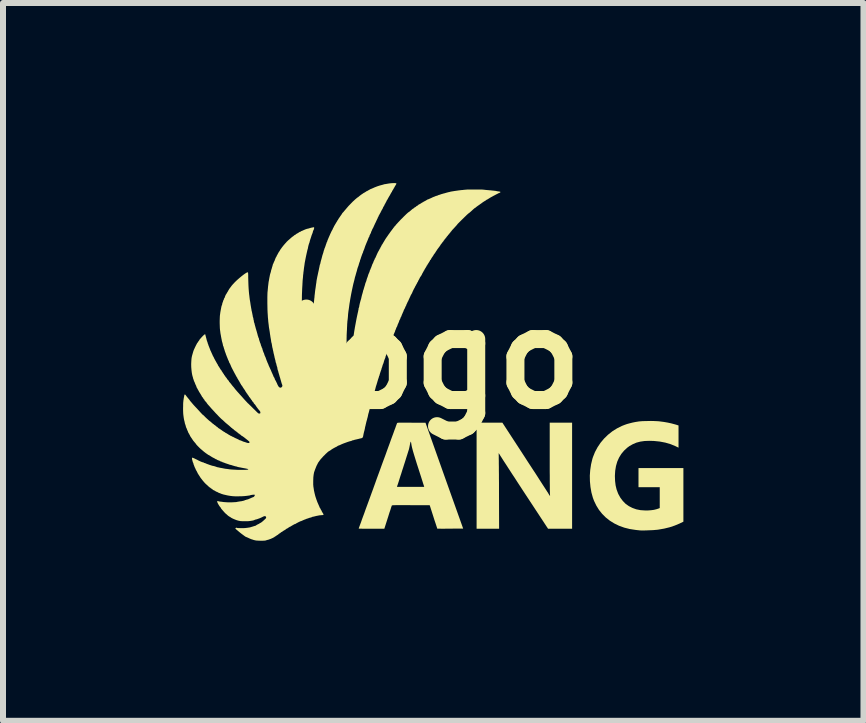
<source format=kicad_pcb>
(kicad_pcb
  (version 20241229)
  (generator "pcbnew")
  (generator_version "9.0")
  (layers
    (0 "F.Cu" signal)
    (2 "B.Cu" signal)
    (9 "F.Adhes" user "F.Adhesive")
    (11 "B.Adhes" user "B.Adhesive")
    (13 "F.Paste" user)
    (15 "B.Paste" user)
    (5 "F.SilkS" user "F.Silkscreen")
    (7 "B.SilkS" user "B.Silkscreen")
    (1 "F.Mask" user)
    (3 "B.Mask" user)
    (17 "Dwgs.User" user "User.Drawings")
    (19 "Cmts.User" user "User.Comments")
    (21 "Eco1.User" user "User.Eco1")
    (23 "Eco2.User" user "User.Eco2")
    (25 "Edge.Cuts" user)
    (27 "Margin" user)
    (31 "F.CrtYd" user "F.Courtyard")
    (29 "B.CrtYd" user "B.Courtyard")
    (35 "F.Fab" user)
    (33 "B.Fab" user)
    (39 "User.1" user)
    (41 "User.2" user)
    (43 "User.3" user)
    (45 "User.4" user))
  (footprint "logo"
    (layer "F.Cu")
    (at 4.158 2.925)
    (property "Reference" "logo" (at 0 0 0) (layer "F.SilkS") (effects (font (size 1.524 1.524) (thickness 0.3))))
    (attr board_only exclude_from_pos_files exclude_from_bom)
    (fp_poly (pts (xy 1.537 1.643) (xy 1.582 1.713) (xy 1.626 1.78) (xy 1.669 1.846) (xy 1.71 1.908) (xy 1.748 1.967) (xy 1.783 2.022) (xy 1.816 2.073) (xy 1.845 2.118) (xy 1.871 2.158) (xy 1.893 2.192) (xy 1.91 2.219) (xy 1.923 2.238) (xy 1.93 2.251) (xy 1.932 2.254) (xy 1.942 2.269) (xy 1.949 2.281) (xy 1.954 2.285) (xy 1.955 2.285) (xy 1.956 2.28) (xy 1.955 2.267) (xy 1.954 2.25) (xy 1.954 2.249) (xy 1.953 2.24) (xy 1.953 2.221) (xy 1.952 2.193) (xy 1.952 2.157) (xy 1.952 2.114) (xy 1.951 2.064) (xy 1.951 2.009) (xy 1.951 1.948) (xy 1.95 1.882) (xy 1.95 1.812) (xy 1.95 1.739) (xy 1.95 1.664) (xy 1.95 1.64) (xy 1.95 1.066) (xy 2.323 1.066) (xy 2.323 2.833) (xy 2.123 2.833) (xy 1.922 2.833) (xy 1.54 2.252) (xy 1.494 2.182) (xy 1.449 2.113) (xy 1.406 2.047) (xy 1.365 1.983) (xy 1.325 1.923) (xy 1.289 1.867) (xy 1.255 1.815) (xy 1.225 1.768) (xy 1.198 1.727) (xy 1.175 1.692) (xy 1.157 1.663) (xy 1.143 1.641) (xy 1.134 1.627) (xy 1.131 1.623) (xy 1.12 1.604) (xy 1.11 1.588) (xy 1.102 1.579) (xy 1.099 1.576) (xy 1.098 1.579) (xy 1.099 1.585) (xy 1.1 1.591) (xy 1.1 1.606) (xy 1.101 1.631) (xy 1.101 1.663) (xy 1.102 1.704) (xy 1.102 1.751) (xy 1.103 1.805) (xy 1.103 1.864) (xy 1.104 1.928) (xy 1.104 1.997) (xy 1.105 2.07) (xy 1.105 2.146) (xy 1.105 2.213) (xy 1.107 2.833) (xy 0.732 2.833) (xy 0.732 1.066) (xy 1.161 1.066)) (stroke (width 0) (type solid)) (fill yes) (layer "F.SilkS"))
    (fp_poly (pts (xy 3.683 1.039) (xy 3.726 1.041) (xy 3.764 1.043) (xy 3.78 1.045) (xy 3.85 1.054) (xy 3.914 1.065) (xy 3.974 1.078) (xy 4.034 1.094) (xy 4.052 1.099) (xy 4.096 1.113) (xy 4.096 1.483) (xy 4.047 1.459) (xy 3.965 1.425) (xy 3.877 1.399) (xy 3.783 1.381) (xy 3.684 1.371) (xy 3.607 1.369) (xy 3.53 1.372) (xy 3.46 1.382) (xy 3.395 1.399) (xy 3.336 1.424) (xy 3.279 1.456) (xy 3.241 1.484) (xy 3.188 1.533) (xy 3.142 1.588) (xy 3.105 1.649) (xy 3.075 1.716) (xy 3.054 1.789) (xy 3.041 1.867) (xy 3.036 1.95) (xy 3.036 1.96) (xy 3.039 2.039) (xy 3.048 2.112) (xy 3.064 2.179) (xy 3.087 2.241) (xy 3.094 2.257) (xy 3.128 2.318) (xy 3.169 2.372) (xy 3.215 2.419) (xy 3.269 2.457) (xy 3.328 2.487) (xy 3.392 2.51) (xy 3.463 2.524) (xy 3.538 2.529) (xy 3.586 2.529) (xy 3.639 2.525) (xy 3.685 2.519) (xy 3.726 2.509) (xy 3.754 2.5) (xy 3.783 2.489) (xy 3.783 2.141) (xy 3.429 2.141) (xy 3.429 1.823) (xy 4.177 1.823) (xy 4.177 2.716) (xy 4.113 2.747) (xy 4.032 2.781) (xy 3.948 2.809) (xy 3.858 2.831) (xy 3.761 2.848) (xy 3.738 2.851) (xy 3.713 2.853) (xy 3.681 2.856) (xy 3.645 2.858) (xy 3.607 2.859) (xy 3.568 2.861) (xy 3.53 2.862) (xy 3.497 2.862) (xy 3.469 2.862) (xy 3.45 2.861) (xy 3.434 2.859) (xy 3.413 2.857) (xy 3.388 2.854) (xy 3.379 2.853) (xy 3.282 2.838) (xy 3.191 2.815) (xy 3.105 2.784) (xy 3.025 2.745) (xy 2.951 2.699) (xy 2.884 2.646) (xy 2.824 2.586) (xy 2.771 2.52) (xy 2.726 2.447) (xy 2.688 2.368) (xy 2.669 2.317) (xy 2.645 2.23) (xy 2.629 2.139) (xy 2.62 2.044) (xy 2.618 1.949) (xy 2.625 1.854) (xy 2.639 1.761) (xy 2.66 1.673) (xy 2.67 1.641) (xy 2.704 1.556) (xy 2.747 1.476) (xy 2.798 1.4) (xy 2.856 1.331) (xy 2.922 1.267) (xy 2.994 1.21) (xy 3.072 1.161) (xy 3.155 1.12) (xy 3.201 1.102) (xy 3.238 1.089) (xy 3.282 1.077) (xy 3.33 1.065) (xy 3.379 1.055) (xy 3.425 1.048) (xy 3.427 1.047) (xy 3.458 1.044) (xy 3.496 1.041) (xy 3.54 1.04) (xy 3.588 1.039) (xy 3.636 1.038)) (stroke (width 0) (type solid)) (fill yes) (layer "F.SilkS"))
    (fp_poly (pts (xy -0.457 1.066) (xy -0.412 1.067) (xy -0.358 1.067) (xy -0.355 1.067) (xy -0.119 1.068) (xy 0.194 1.95) (xy 0.508 2.831) (xy 0.293 2.832) (xy 0.248 2.832) (xy 0.206 2.833) (xy 0.168 2.833) (xy 0.135 2.833) (xy 0.109 2.832) (xy 0.09 2.832) (xy 0.079 2.832) (xy 0.077 2.832) (xy 0.075 2.827) (xy 0.071 2.813) (xy 0.064 2.792) (xy 0.055 2.764) (xy 0.044 2.731) (xy 0.031 2.693) (xy 0.018 2.652) (xy 0.013 2.636) (xy -0.049 2.442) (xy -0.363 2.441) (xy -0.427 2.44) (xy -0.482 2.44) (xy -0.528 2.44) (xy -0.566 2.44) (xy -0.598 2.44) (xy -0.623 2.441) (xy -0.642 2.441) (xy -0.656 2.442) (xy -0.666 2.443) (xy -0.673 2.444) (xy -0.678 2.445) (xy -0.68 2.447) (xy -0.681 2.448) (xy -0.683 2.455) (xy -0.689 2.47) (xy -0.696 2.493) (xy -0.705 2.522) (xy -0.717 2.556) (xy -0.729 2.594) (xy -0.742 2.636) (xy -0.745 2.645) (xy -0.805 2.833) (xy -1.019 2.833) (xy -1.064 2.833) (xy -1.106 2.833) (xy -1.144 2.833) (xy -1.176 2.833) (xy -1.202 2.832) (xy -1.221 2.832) (xy -1.231 2.831) (xy -1.232 2.831) (xy -1.231 2.826) (xy -1.226 2.812) (xy -1.218 2.79) (xy -1.207 2.76) (xy -1.193 2.723) (xy -1.178 2.679) (xy -1.16 2.63) (xy -1.139 2.574) (xy -1.118 2.514) (xy -1.094 2.449) (xy -1.069 2.381) (xy -1.043 2.31) (xy -1.016 2.235) (xy -0.988 2.159) (xy -0.98 2.136) (xy -0.595 2.136) (xy -0.141 2.136) (xy -0.144 2.125) (xy -0.146 2.118) (xy -0.151 2.103) (xy -0.159 2.079) (xy -0.168 2.049) (xy -0.18 2.012) (xy -0.193 1.97) (xy -0.208 1.924) (xy -0.224 1.874) (xy -0.241 1.821) (xy -0.243 1.815) (xy -0.264 1.75) (xy -0.282 1.692) (xy -0.297 1.643) (xy -0.31 1.601) (xy -0.321 1.564) (xy -0.33 1.533) (xy -0.337 1.506) (xy -0.343 1.483) (xy -0.348 1.462) (xy -0.352 1.442) (xy -0.355 1.424) (xy -0.357 1.41) (xy -0.36 1.395) (xy -0.364 1.385) (xy -0.366 1.382) (xy -0.368 1.387) (xy -0.372 1.399) (xy -0.376 1.417) (xy -0.379 1.432) (xy -0.384 1.458) (xy -0.389 1.483) (xy -0.394 1.505) (xy -0.396 1.513) (xy -0.399 1.522) (xy -0.405 1.54) (xy -0.413 1.566) (xy -0.423 1.598) (xy -0.435 1.635) (xy -0.448 1.677) (xy -0.462 1.722) (xy -0.477 1.768) (xy -0.492 1.816) (xy -0.508 1.864) (xy -0.522 1.91) (xy -0.537 1.955) (xy -0.55 1.996) (xy -0.561 2.032) (xy -0.571 2.063) (xy -0.579 2.088) (xy -0.585 2.105) (xy -0.586 2.107) (xy -0.595 2.136) (xy -0.98 2.136) (xy -0.96 2.081) (xy -0.932 2.002) (xy -0.903 1.923) (xy -0.874 1.844) (xy -0.846 1.766) (xy -0.818 1.69) (xy -0.79 1.615) (xy -0.764 1.542) (xy -0.739 1.473) (xy -0.715 1.408) (xy -0.693 1.346) (xy -0.672 1.289) (xy -0.653 1.238) (xy -0.637 1.193) (xy -0.622 1.154) (xy -0.611 1.122) (xy -0.602 1.098) (xy -0.596 1.082) (xy -0.593 1.075) (xy -0.593 1.074) (xy -0.592 1.072) (xy -0.589 1.071) (xy -0.584 1.069) (xy -0.576 1.068) (xy -0.564 1.067) (xy -0.547 1.067) (xy -0.524 1.067) (xy -0.494 1.066)) (stroke (width 0) (type solid)) (fill yes) (layer "F.SilkS"))
    (fp_poly (pts (xy -0.621 -2.924) (xy -0.608 -2.922) (xy -0.605 -2.92) (xy -0.605 -2.913) (xy -0.61 -2.901) (xy -0.618 -2.888) (xy -0.628 -2.873) (xy -0.634 -2.861) (xy -0.636 -2.855) (xy -0.64 -2.849) (xy -0.642 -2.849) (xy -0.646 -2.847) (xy -0.645 -2.845) (xy -0.646 -2.84) (xy -0.652 -2.829) (xy -0.661 -2.814) (xy -0.662 -2.813) (xy -0.671 -2.798) (xy -0.677 -2.788) (xy -0.678 -2.783) (xy -0.678 -2.783) (xy -0.678 -2.781) (xy -0.679 -2.779) (xy -0.683 -2.775) (xy -0.689 -2.766) (xy -0.697 -2.752) (xy -0.709 -2.73) (xy -0.71 -2.727) (xy -0.717 -2.715) (xy -0.722 -2.708) (xy -0.722 -2.707) (xy -0.726 -2.701) (xy -0.732 -2.691) (xy -0.733 -2.689) (xy -0.745 -2.667) (xy -0.753 -2.652) (xy -0.759 -2.643) (xy -0.762 -2.638) (xy -0.765 -2.635) (xy -0.768 -2.632) (xy -0.766 -2.631) (xy -0.767 -2.628) (xy -0.772 -2.618) (xy -0.778 -2.607) (xy -0.786 -2.592) (xy -0.792 -2.581) (xy -0.793 -2.577) (xy -0.797 -2.571) (xy -0.798 -2.571) (xy -0.802 -2.568) (xy -0.801 -2.567) (xy -0.802 -2.561) (xy -0.808 -2.549) (xy -0.813 -2.54) (xy -0.822 -2.527) (xy -0.827 -2.516) (xy -0.828 -2.512) (xy -0.831 -2.505) (xy -0.837 -2.493) (xy -0.843 -2.484) (xy -0.851 -2.471) (xy -0.855 -2.461) (xy -0.855 -2.458) (xy -0.856 -2.455) (xy -0.859 -2.455) (xy -0.863 -2.453) (xy -0.862 -2.452) (xy -0.863 -2.446) (xy -0.868 -2.435) (xy -0.874 -2.425) (xy -0.882 -2.411) (xy -0.888 -2.4) (xy -0.889 -2.396) (xy -0.892 -2.39) (xy -0.895 -2.389) (xy -0.898 -2.387) (xy -0.897 -2.386) (xy -0.898 -2.38) (xy -0.903 -2.369) (xy -0.905 -2.364) (xy -0.912 -2.353) (xy -0.915 -2.347) (xy -0.915 -2.346) (xy -0.916 -2.342) (xy -0.92 -2.332) (xy -0.925 -2.323) (xy -0.931 -2.31) (xy -0.936 -2.3) (xy -0.937 -2.298) (xy -0.939 -2.293) (xy -0.945 -2.28) (xy -0.953 -2.263) (xy -0.961 -2.248) (xy -0.97 -2.227) (xy -0.978 -2.211) (xy -0.983 -2.199) (xy -0.984 -2.196) (xy -0.987 -2.189) (xy -0.993 -2.178) (xy -0.998 -2.169) (xy -1.005 -2.156) (xy -1.009 -2.148) (xy -1.01 -2.145) (xy -1.011 -2.141) (xy -1.016 -2.13) (xy -1.02 -2.123) (xy -1.025 -2.11) (xy -1.028 -2.102) (xy -1.027 -2.101) (xy -1.028 -2.097) (xy -1.033 -2.087) (xy -1.038 -2.078) (xy -1.045 -2.065) (xy -1.05 -2.055) (xy -1.051 -2.052) (xy -1.053 -2.042) (xy -1.057 -2.031) (xy -1.063 -2.02) (xy -1.067 -2.015) (xy -1.068 -2.015) (xy -1.07 -2.013) (xy -1.07 -2.012) (xy -1.07 -2.007) (xy -1.075 -1.994) (xy -1.082 -1.976) (xy -1.089 -1.959) (xy -1.102 -1.929) (xy -1.112 -1.904) (xy -1.121 -1.882) (xy -1.13 -1.857) (xy -1.136 -1.838) (xy -1.143 -1.819) (xy -1.15 -1.802) (xy -1.154 -1.793) (xy -1.158 -1.783) (xy -1.159 -1.778) (xy -1.159 -1.778) (xy -1.159 -1.774) (xy -1.163 -1.765) (xy -1.164 -1.763) (xy -1.169 -1.752) (xy -1.176 -1.734) (xy -1.184 -1.712) (xy -1.191 -1.692) (xy -1.197 -1.674) (xy -1.199 -1.666) (xy -1.203 -1.654) (xy -1.207 -1.647) (xy -1.21 -1.639) (xy -1.21 -1.636) (xy -1.21 -1.632) (xy -1.213 -1.621) (xy -1.219 -1.605) (xy -1.22 -1.604) (xy -1.225 -1.587) (xy -1.229 -1.576) (xy -1.23 -1.571) (xy -1.23 -1.571) (xy -1.231 -1.567) (xy -1.234 -1.556) (xy -1.238 -1.544) (xy -1.249 -1.515) (xy -1.256 -1.492) (xy -1.26 -1.475) (xy -1.263 -1.463) (xy -1.268 -1.446) (xy -1.273 -1.43) (xy -1.278 -1.411) (xy -1.283 -1.395) (xy -1.285 -1.386) (xy -1.288 -1.375) (xy -1.29 -1.37) (xy -1.293 -1.362) (xy -1.295 -1.353) (xy -1.297 -1.344) (xy -1.301 -1.327) (xy -1.306 -1.305) (xy -1.313 -1.28) (xy -1.313 -1.278) (xy -1.32 -1.253) (xy -1.325 -1.231) (xy -1.329 -1.214) (xy -1.331 -1.204) (xy -1.331 -1.203) (xy -1.341 -1.157) (xy -1.346 -1.134) (xy -1.352 -1.104) (xy -1.359 -1.069) (xy -1.366 -1.03) (xy -1.373 -0.991) (xy -1.379 -0.953) (xy -1.385 -0.918) (xy -1.389 -0.89) (xy -1.391 -0.874) (xy -1.395 -0.845) (xy -1.399 -0.817) (xy -1.402 -0.798) (xy -1.404 -0.784) (xy -1.406 -0.766) (xy -1.409 -0.742) (xy -1.411 -0.71) (xy -1.411 -0.71) (xy -1.413 -0.687) (xy -1.415 -0.666) (xy -1.417 -0.65) (xy -1.417 -0.649) (xy -1.419 -0.634) (xy -1.421 -0.618) (xy -1.422 -0.599) (xy -1.424 -0.576) (xy -1.425 -0.547) (xy -1.427 -0.51) (xy -1.427 -0.51) (xy -1.428 -0.481) (xy -1.43 -0.453) (xy -1.431 -0.429) (xy -1.432 -0.411) (xy -1.432 -0.407) (xy -1.433 -0.392) (xy -1.433 -0.368) (xy -1.434 -0.338) (xy -1.434 -0.301) (xy -1.434 -0.26) (xy -1.434 -0.216) (xy -1.434 -0.17) (xy -1.434 -0.125) (xy -1.434 -0.08) (xy -1.433 -0.038) (xy -1.433 -0.001) (xy -1.432 0.032) (xy -1.432 0.045) (xy -1.431 0.088) (xy -1.43 0.121) (xy -1.429 0.146) (xy -1.428 0.164) (xy -1.426 0.177) (xy -1.425 0.184) (xy -1.422 0.189) (xy -1.419 0.19) (xy -1.415 0.191) (xy -1.41 0.191) (xy -1.408 0.191) (xy -1.396 0.191) (xy -1.39 0.188) (xy -1.387 0.178) (xy -1.387 0.176) (xy -1.385 0.159) (xy -1.382 0.135) (xy -1.379 0.108) (xy -1.376 0.081) (xy -1.374 0.063) (xy -1.372 0.045) (xy -1.372 0.043) (xy -1.37 0.029) (xy -1.368 0.008) (xy -1.365 -0.015) (xy -1.364 -0.028) (xy -1.361 -0.051) (xy -1.359 -0.072) (xy -1.357 -0.088) (xy -1.356 -0.093) (xy -1.354 -0.107) (xy -1.352 -0.126) (xy -1.351 -0.136) (xy -1.349 -0.155) (xy -1.347 -0.17) (xy -1.347 -0.177) (xy -1.345 -0.186) (xy -1.343 -0.203) (xy -1.34 -0.226) (xy -1.336 -0.254) (xy -1.331 -0.285) (xy -1.331 -0.288) (xy -1.327 -0.319) (xy -1.323 -0.346) (xy -1.32 -0.369) (xy -1.317 -0.385) (xy -1.316 -0.394) (xy -1.316 -0.394) (xy -1.314 -0.403) (xy -1.312 -0.418) (xy -1.311 -0.424) (xy -1.308 -0.444) (xy -1.304 -0.47) (xy -1.299 -0.498) (xy -1.295 -0.524) (xy -1.291 -0.543) (xy -1.291 -0.544) (xy -1.289 -0.556) (xy -1.286 -0.571) (xy -1.277 -0.62) (xy -1.267 -0.673) (xy -1.256 -0.725) (xy -1.246 -0.771) (xy -1.244 -0.777) (xy -1.24 -0.799) (xy -1.236 -0.817) (xy -1.234 -0.828) (xy -1.235 -0.832) (xy -1.234 -0.838) (xy -1.231 -0.845) (xy -1.228 -0.852) (xy -1.226 -0.86) (xy -1.223 -0.871) (xy -1.221 -0.889) (xy -1.22 -0.893) (xy -1.217 -0.905) (xy -1.213 -0.924) (xy -1.207 -0.945) (xy -1.205 -0.954) (xy -1.197 -0.981) (xy -1.191 -1.001) (xy -1.188 -1.016) (xy -1.185 -1.029) (xy -1.184 -1.033) (xy -1.182 -1.042) (xy -1.178 -1.058) (xy -1.172 -1.078) (xy -1.17 -1.085) (xy -1.165 -1.103) (xy -1.161 -1.118) (xy -1.16 -1.126) (xy -1.16 -1.126) (xy -1.16 -1.13) (xy -1.156 -1.137) (xy -1.151 -1.151) (xy -1.149 -1.159) (xy -1.146 -1.169) (xy -1.141 -1.186) (xy -1.136 -1.203) (xy -1.13 -1.221) (xy -1.126 -1.236) (xy -1.124 -1.245) (xy -1.12 -1.258) (xy -1.115 -1.271) (xy -1.107 -1.29) (xy -1.101 -1.311) (xy -1.1 -1.317) (xy -1.098 -1.323) (xy -1.094 -1.336) (xy -1.09 -1.346) (xy -1.084 -1.362) (xy -1.079 -1.376) (xy -1.078 -1.381) (xy -1.075 -1.391) (xy -1.07 -1.406) (xy -1.062 -1.424) (xy -1.061 -1.426) (xy -1.054 -1.442) (xy -1.05 -1.454) (xy -1.048 -1.46) (xy -1.048 -1.46) (xy -1.048 -1.464) (xy -1.044 -1.474) (xy -1.041 -1.479) (xy -1.035 -1.492) (xy -1.033 -1.5) (xy -1.034 -1.502) (xy -1.033 -1.505) (xy -1.03 -1.505) (xy -1.026 -1.507) (xy -1.027 -1.508) (xy -1.026 -1.514) (xy -1.022 -1.526) (xy -1.017 -1.538) (xy -1.011 -1.555) (xy -1.006 -1.568) (xy -1.005 -1.573) (xy -1.003 -1.58) (xy -1.001 -1.581) (xy -0.997 -1.585) (xy -0.992 -1.597) (xy -0.988 -1.608) (xy -0.982 -1.625) (xy -0.975 -1.639) (xy -0.972 -1.645) (xy -0.966 -1.656) (xy -0.965 -1.663) (xy -0.962 -1.67) (xy -0.96 -1.672) (xy -0.955 -1.675) (xy -0.955 -1.676) (xy -0.953 -1.683) (xy -0.947 -1.696) (xy -0.939 -1.714) (xy -0.935 -1.724) (xy -0.926 -1.744) (xy -0.919 -1.759) (xy -0.914 -1.769) (xy -0.913 -1.772) (xy -0.91 -1.778) (xy -0.903 -1.789) (xy -0.898 -1.798) (xy -0.89 -1.812) (xy -0.885 -1.823) (xy -0.884 -1.827) (xy -0.88 -1.833) (xy -0.878 -1.833) (xy -0.874 -1.835) (xy -0.875 -1.836) (xy -0.874 -1.842) (xy -0.869 -1.853) (xy -0.863 -1.863) (xy -0.855 -1.877) (xy -0.85 -1.888) (xy -0.849 -1.892) (xy -0.845 -1.9) (xy -0.841 -1.903) (xy -0.835 -1.909) (xy -0.834 -1.912) (xy -0.831 -1.919) (xy -0.824 -1.931) (xy -0.819 -1.939) (xy -0.808 -1.957) (xy -0.797 -1.976) (xy -0.793 -1.982) (xy -0.786 -1.994) (xy -0.774 -2.012) (xy -0.759 -2.033) (xy -0.743 -2.056) (xy -0.741 -2.06) (xy -0.725 -2.081) (xy -0.712 -2.1) (xy -0.701 -2.115) (xy -0.695 -2.124) (xy -0.694 -2.125) (xy -0.687 -2.135) (xy -0.679 -2.142) (xy -0.674 -2.149) (xy -0.674 -2.151) (xy -0.674 -2.154) (xy -0.668 -2.16) (xy -0.66 -2.167) (xy -0.659 -2.172) (xy -0.657 -2.177) (xy -0.649 -2.184) (xy -0.649 -2.184) (xy -0.641 -2.191) (xy -0.639 -2.197) (xy -0.639 -2.197) (xy -0.637 -2.203) (xy -0.631 -2.207) (xy -0.623 -2.213) (xy -0.621 -2.216) (xy -0.618 -2.222) (xy -0.608 -2.234) (xy -0.593 -2.25) (xy -0.575 -2.27) (xy -0.553 -2.293) (xy -0.53 -2.318) (xy -0.505 -2.342) (xy -0.481 -2.367) (xy -0.458 -2.389) (xy -0.438 -2.409) (xy -0.421 -2.424) (xy -0.409 -2.435) (xy -0.403 -2.439) (xy -0.402 -2.439) (xy -0.397 -2.443) (xy -0.385 -2.451) (xy -0.371 -2.463) (xy -0.363 -2.47) (xy -0.348 -2.483) (xy -0.335 -2.494) (xy -0.326 -2.499) (xy -0.325 -2.5) (xy -0.318 -2.503) (xy -0.309 -2.512) (xy -0.308 -2.513) (xy -0.299 -2.52) (xy -0.293 -2.523) (xy -0.293 -2.523) (xy -0.287 -2.525) (xy -0.279 -2.532) (xy -0.278 -2.533) (xy -0.268 -2.542) (xy -0.261 -2.546) (xy -0.26 -2.546) (xy -0.253 -2.549) (xy -0.243 -2.557) (xy -0.243 -2.558) (xy -0.234 -2.566) (xy -0.228 -2.569) (xy -0.228 -2.569) (xy -0.221 -2.572) (xy -0.208 -2.579) (xy -0.189 -2.591) (xy -0.181 -2.597) (xy -0.17 -2.603) (xy -0.163 -2.606) (xy -0.162 -2.606) (xy -0.156 -2.61) (xy -0.151 -2.614) (xy -0.145 -2.619) (xy -0.143 -2.619) (xy -0.138 -2.621) (xy -0.127 -2.626) (xy -0.114 -2.634) (xy -0.1 -2.642) (xy -0.09 -2.649) (xy -0.086 -2.651) (xy -0.079 -2.653) (xy -0.065 -2.658) (xy -0.048 -2.666) (xy -0.031 -2.673) (xy -0.02 -2.678) (xy -0.007 -2.685) (xy 0.003 -2.689) (xy 0.005 -2.69) (xy 0.011 -2.692) (xy 0.019 -2.696) (xy 0.027 -2.7) (xy 0.03 -2.7) (xy 0.034 -2.7) (xy 0.043 -2.705) (xy 0.043 -2.705) (xy 0.052 -2.71) (xy 0.056 -2.71) (xy 0.056 -2.71) (xy 0.059 -2.709) (xy 0.063 -2.712) (xy 0.069 -2.716) (xy 0.071 -2.715) (xy 0.074 -2.715) (xy 0.082 -2.718) (xy 0.093 -2.723) (xy 0.098 -2.726) (xy 0.108 -2.728) (xy 0.111 -2.729) (xy 0.123 -2.733) (xy 0.126 -2.734) (xy 0.137 -2.738) (xy 0.152 -2.743) (xy 0.168 -2.747) (xy 0.179 -2.751) (xy 0.181 -2.751) (xy 0.19 -2.753) (xy 0.201 -2.756) (xy 0.217 -2.761) (xy 0.222 -2.762) (xy 0.238 -2.767) (xy 0.251 -2.77) (xy 0.254 -2.771) (xy 0.266 -2.774) (xy 0.273 -2.775) (xy 0.292 -2.78) (xy 0.304 -2.783) (xy 0.315 -2.785) (xy 0.318 -2.785) (xy 0.333 -2.788) (xy 0.347 -2.79) (xy 0.363 -2.793) (xy 0.381 -2.795) (xy 0.382 -2.796) (xy 0.401 -2.798) (xy 0.419 -2.801) (xy 0.419 -2.801) (xy 0.434 -2.803) (xy 0.452 -2.805) (xy 0.474 -2.808) (xy 0.504 -2.81) (xy 0.505 -2.811) (xy 0.527 -2.813) (xy 0.548 -2.815) (xy 0.561 -2.816) (xy 0.573 -2.817) (xy 0.593 -2.817) (xy 0.62 -2.818) (xy 0.651 -2.818) (xy 0.684 -2.818) (xy 0.719 -2.818) (xy 0.752 -2.818) (xy 0.783 -2.818) (xy 0.808 -2.817) (xy 0.827 -2.817) (xy 0.833 -2.816) (xy 0.852 -2.815) (xy 0.874 -2.812) (xy 0.884 -2.811) (xy 0.904 -2.809) (xy 0.929 -2.807) (xy 0.947 -2.805) (xy 0.968 -2.804) (xy 0.989 -2.801) (xy 1.003 -2.8) (xy 1.02 -2.798) (xy 1.036 -2.796) (xy 1.038 -2.796) (xy 1.053 -2.794) (xy 1.063 -2.792) (xy 1.074 -2.789) (xy 1.09 -2.787) (xy 1.098 -2.786) (xy 1.117 -2.783) (xy 1.127 -2.779) (xy 1.13 -2.775) (xy 1.128 -2.772) (xy 1.122 -2.767) (xy 1.111 -2.761) (xy 1.1 -2.756) (xy 1.096 -2.756) (xy 1.09 -2.753) (xy 1.086 -2.75) (xy 1.079 -2.746) (xy 1.064 -2.739) (xy 1.045 -2.729) (xy 1.023 -2.717) (xy 1.02 -2.716) (xy 0.997 -2.703) (xy 0.975 -2.691) (xy 0.957 -2.681) (xy 0.946 -2.674) (xy 0.946 -2.674) (xy 0.935 -2.666) (xy 0.926 -2.662) (xy 0.925 -2.662) (xy 0.918 -2.658) (xy 0.914 -2.654) (xy 0.908 -2.649) (xy 0.905 -2.649) (xy 0.9 -2.648) (xy 0.891 -2.641) (xy 0.89 -2.64) (xy 0.881 -2.633) (xy 0.875 -2.63) (xy 0.875 -2.63) (xy 0.87 -2.627) (xy 0.858 -2.62) (xy 0.841 -2.609) (xy 0.821 -2.595) (xy 0.814 -2.589) (xy 0.792 -2.574) (xy 0.773 -2.56) (xy 0.758 -2.55) (xy 0.748 -2.543) (xy 0.747 -2.542) (xy 0.737 -2.535) (xy 0.724 -2.525) (xy 0.722 -2.523) (xy 0.713 -2.515) (xy 0.708 -2.512) (xy 0.707 -2.512) (xy 0.704 -2.511) (xy 0.694 -2.503) (xy 0.68 -2.491) (xy 0.662 -2.475) (xy 0.655 -2.468) (xy 0.636 -2.451) (xy 0.62 -2.437) (xy 0.608 -2.427) (xy 0.601 -2.422) (xy 0.6 -2.422) (xy 0.596 -2.419) (xy 0.586 -2.41) (xy 0.571 -2.397) (xy 0.553 -2.379) (xy 0.532 -2.359) (xy 0.51 -2.337) (xy 0.487 -2.315) (xy 0.466 -2.294) (xy 0.446 -2.274) (xy 0.43 -2.258) (xy 0.418 -2.246) (xy 0.412 -2.239) (xy 0.411 -2.237) (xy 0.408 -2.233) (xy 0.399 -2.222) (xy 0.386 -2.208) (xy 0.371 -2.191) (xy 0.354 -2.173) (xy 0.338 -2.155) (xy 0.332 -2.15) (xy 0.322 -2.138) (xy 0.315 -2.129) (xy 0.313 -2.126) (xy 0.309 -2.12) (xy 0.303 -2.115) (xy 0.296 -2.109) (xy 0.296 -2.105) (xy 0.294 -2.1) (xy 0.287 -2.093) (xy 0.286 -2.092) (xy 0.278 -2.085) (xy 0.276 -2.08) (xy 0.276 -2.079) (xy 0.274 -2.075) (xy 0.266 -2.068) (xy 0.266 -2.068) (xy 0.256 -2.06) (xy 0.253 -2.053) (xy 0.249 -2.045) (xy 0.242 -2.04) (xy 0.235 -2.034) (xy 0.235 -2.03) (xy 0.233 -2.025) (xy 0.225 -2.018) (xy 0.225 -2.017) (xy 0.217 -2.01) (xy 0.215 -2.005) (xy 0.215 -2.005) (xy 0.213 -2) (xy 0.207 -1.995) (xy 0.199 -1.988) (xy 0.197 -1.982) (xy 0.193 -1.974) (xy 0.189 -1.972) (xy 0.183 -1.965) (xy 0.182 -1.962) (xy 0.178 -1.954) (xy 0.171 -1.947) (xy 0.164 -1.942) (xy 0.164 -1.939) (xy 0.164 -1.937) (xy 0.158 -1.93) (xy 0.157 -1.929) (xy 0.15 -1.922) (xy 0.149 -1.919) (xy 0.15 -1.919) (xy 0.149 -1.916) (xy 0.143 -1.91) (xy 0.142 -1.909) (xy 0.135 -1.902) (xy 0.133 -1.899) (xy 0.134 -1.899) (xy 0.132 -1.895) (xy 0.126 -1.886) (xy 0.117 -1.872) (xy 0.115 -1.87) (xy 0.095 -1.843) (xy 0.077 -1.819) (xy 0.063 -1.797) (xy 0.052 -1.781) (xy 0.046 -1.771) (xy 0.045 -1.768) (xy 0.042 -1.763) (xy 0.04 -1.763) (xy 0.036 -1.759) (xy 0.035 -1.755) (xy 0.031 -1.747) (xy 0.027 -1.743) (xy 0.021 -1.739) (xy 0.021 -1.738) (xy 0.02 -1.734) (xy 0.014 -1.724) (xy 0.005 -1.709) (xy -0.003 -1.698) (xy -0.015 -1.681) (xy -0.024 -1.666) (xy -0.029 -1.656) (xy -0.03 -1.653) (xy -0.034 -1.647) (xy -0.039 -1.644) (xy -0.044 -1.64) (xy -0.044 -1.638) (xy -0.045 -1.633) (xy -0.051 -1.622) (xy -0.061 -1.606) (xy -0.066 -1.598) (xy -0.077 -1.581) (xy -0.086 -1.567) (xy -0.09 -1.558) (xy -0.091 -1.556) (xy -0.095 -1.551) (xy -0.097 -1.551) (xy -0.1 -1.549) (xy -0.1 -1.548) (xy -0.101 -1.542) (xy -0.107 -1.531) (xy -0.116 -1.516) (xy -0.119 -1.511) (xy -0.13 -1.494) (xy -0.137 -1.481) (xy -0.141 -1.472) (xy -0.141 -1.471) (xy -0.145 -1.465) (xy -0.147 -1.465) (xy -0.151 -1.463) (xy -0.15 -1.462) (xy -0.151 -1.456) (xy -0.157 -1.445) (xy -0.165 -1.431) (xy -0.173 -1.417) (xy -0.178 -1.408) (xy -0.179 -1.404) (xy -0.18 -1.4) (xy -0.186 -1.39) (xy -0.195 -1.376) (xy -0.197 -1.373) (xy -0.208 -1.358) (xy -0.215 -1.345) (xy -0.219 -1.337) (xy -0.219 -1.337) (xy -0.222 -1.329) (xy -0.229 -1.317) (xy -0.234 -1.308) (xy -0.242 -1.294) (xy -0.246 -1.282) (xy -0.247 -1.279) (xy -0.251 -1.273) (xy -0.253 -1.273) (xy -0.257 -1.271) (xy -0.256 -1.27) (xy -0.257 -1.264) (xy -0.262 -1.253) (xy -0.268 -1.244) (xy -0.276 -1.229) (xy -0.282 -1.218) (xy -0.283 -1.214) (xy -0.286 -1.208) (xy -0.289 -1.207) (xy -0.292 -1.205) (xy -0.292 -1.204) (xy -0.292 -1.198) (xy -0.297 -1.188) (xy -0.3 -1.183) (xy -0.308 -1.169) (xy -0.317 -1.152) (xy -0.326 -1.133) (xy -0.334 -1.116) (xy -0.34 -1.102) (xy -0.341 -1.098) (xy -0.344 -1.091) (xy -0.351 -1.079) (xy -0.355 -1.073) (xy -0.362 -1.06) (xy -0.367 -1.051) (xy -0.368 -1.049) (xy -0.37 -1.043) (xy -0.376 -1.03) (xy -0.384 -1.013) (xy -0.389 -1.002) (xy -0.398 -0.983) (xy -0.405 -0.967) (xy -0.409 -0.957) (xy -0.409 -0.954) (xy -0.413 -0.95) (xy -0.414 -0.95) (xy -0.419 -0.945) (xy -0.419 -0.941) (xy -0.422 -0.932) (xy -0.428 -0.919) (xy -0.43 -0.916) (xy -0.436 -0.905) (xy -0.438 -0.899) (xy -0.437 -0.899) (xy -0.438 -0.895) (xy -0.442 -0.885) (xy -0.447 -0.876) (xy -0.454 -0.864) (xy -0.458 -0.855) (xy -0.458 -0.854) (xy -0.458 -0.85) (xy -0.463 -0.84) (xy -0.47 -0.828) (xy -0.477 -0.815) (xy -0.482 -0.806) (xy -0.482 -0.803) (xy -0.483 -0.799) (xy -0.487 -0.789) (xy -0.489 -0.784) (xy -0.495 -0.772) (xy -0.498 -0.764) (xy -0.499 -0.763) (xy -0.501 -0.757) (xy -0.506 -0.746) (xy -0.509 -0.739) (xy -0.515 -0.726) (xy -0.518 -0.718) (xy -0.518 -0.717) (xy -0.518 -0.713) (xy -0.523 -0.703) (xy -0.528 -0.694) (xy -0.535 -0.682) (xy -0.538 -0.674) (xy -0.538 -0.672) (xy -0.538 -0.668) (xy -0.543 -0.658) (xy -0.548 -0.649) (xy -0.555 -0.636) (xy -0.558 -0.628) (xy -0.558 -0.626) (xy -0.559 -0.622) (xy -0.563 -0.611) (xy -0.57 -0.595) (xy -0.573 -0.588) (xy -0.581 -0.571) (xy -0.586 -0.558) (xy -0.588 -0.551) (xy -0.588 -0.551) (xy -0.588 -0.547) (xy -0.593 -0.537) (xy -0.598 -0.528) (xy -0.605 -0.515) (xy -0.609 -0.507) (xy -0.609 -0.505) (xy -0.609 -0.501) (xy -0.613 -0.491) (xy -0.616 -0.485) (xy -0.622 -0.473) (xy -0.624 -0.466) (xy -0.624 -0.465) (xy -0.625 -0.46) (xy -0.629 -0.449) (xy -0.636 -0.433) (xy -0.639 -0.427) (xy -0.646 -0.409) (xy -0.652 -0.396) (xy -0.654 -0.389) (xy -0.654 -0.389) (xy -0.654 -0.385) (xy -0.659 -0.375) (xy -0.662 -0.369) (xy -0.667 -0.357) (xy -0.67 -0.349) (xy -0.67 -0.348) (xy -0.67 -0.344) (xy -0.674 -0.334) (xy -0.679 -0.322) (xy -0.686 -0.305) (xy -0.695 -0.282) (xy -0.704 -0.257) (xy -0.707 -0.247) (xy -0.715 -0.224) (xy -0.724 -0.203) (xy -0.73 -0.187) (xy -0.733 -0.181) (xy -0.738 -0.169) (xy -0.74 -0.161) (xy -0.739 -0.16) (xy -0.74 -0.155) (xy -0.744 -0.143) (xy -0.751 -0.126) (xy -0.752 -0.123) (xy -0.759 -0.107) (xy -0.764 -0.094) (xy -0.766 -0.087) (xy -0.766 -0.087) (xy -0.766 -0.082) (xy -0.77 -0.07) (xy -0.776 -0.057) (xy -0.782 -0.042) (xy -0.786 -0.031) (xy -0.786 -0.027) (xy -0.787 -0.021) (xy -0.791 -0.01) (xy -0.796 0.002) (xy -0.803 0.019) (xy -0.808 0.034) (xy -0.81 0.04) (xy -0.817 0.066) (xy -0.825 0.089) (xy -0.829 0.096) (xy -0.834 0.11) (xy -0.836 0.119) (xy -0.839 0.129) (xy -0.844 0.145) (xy -0.848 0.155) (xy -0.853 0.17) (xy -0.855 0.179) (xy -0.855 0.182) (xy -0.856 0.186) (xy -0.859 0.192) (xy -0.864 0.204) (xy -0.866 0.211) (xy -0.869 0.22) (xy -0.874 0.235) (xy -0.878 0.248) (xy -0.883 0.264) (xy -0.885 0.276) (xy -0.885 0.28) (xy -0.886 0.283) (xy -0.888 0.283) (xy -0.893 0.285) (xy -0.892 0.287) (xy -0.893 0.293) (xy -0.896 0.306) (xy -0.902 0.324) (xy -0.905 0.333) (xy -0.912 0.354) (xy -0.917 0.372) (xy -0.921 0.384) (xy -0.921 0.386) (xy -0.924 0.396) (xy -0.929 0.412) (xy -0.934 0.429) (xy -0.94 0.447) (xy -0.945 0.462) (xy -0.947 0.47) (xy -0.949 0.478) (xy -0.953 0.493) (xy -0.956 0.506) (xy -0.961 0.522) (xy -0.964 0.534) (xy -0.965 0.539) (xy -0.968 0.546) (xy -0.971 0.553) (xy -0.976 0.566) (xy -0.978 0.573) (xy -0.98 0.584) (xy -0.982 0.595) (xy -0.987 0.609) (xy -0.992 0.626) (xy -1.001 0.656) (xy -1.006 0.677) (xy -1.007 0.686) (xy -1.009 0.692) (xy -1.01 0.692) (xy -1.013 0.696) (xy -1.014 0.701) (xy -1.015 0.71) (xy -1.019 0.725) (xy -1.024 0.744) (xy -1.029 0.761) (xy -1.031 0.774) (xy -1.031 0.78) (xy -1.031 0.78) (xy -1.032 0.783) (xy -1.034 0.783) (xy -1.039 0.787) (xy -1.039 0.789) (xy -1.041 0.803) (xy -1.045 0.819) (xy -1.05 0.84) (xy -1.057 0.868) (xy -1.058 0.872) (xy -1.065 0.899) (xy -1.071 0.918) (xy -1.074 0.931) (xy -1.076 0.941) (xy -1.078 0.949) (xy -1.078 0.952) (xy -1.08 0.961) (xy -1.084 0.978) (xy -1.09 0.998) (xy -1.093 1.013) (xy -1.101 1.04) (xy -1.106 1.059) (xy -1.109 1.072) (xy -1.111 1.081) (xy -1.112 1.087) (xy -1.113 1.091) (xy -1.113 1.092) (xy -1.115 1.1) (xy -1.117 1.101) (xy -1.119 1.105) (xy -1.118 1.114) (xy -1.119 1.123) (xy -1.121 1.126) (xy -1.124 1.131) (xy -1.125 1.135) (xy -1.126 1.144) (xy -1.128 1.157) (xy -1.132 1.176) (xy -1.138 1.202) (xy -1.142 1.215) (xy -1.148 1.24) (xy -1.152 1.258) (xy -1.155 1.274) (xy -1.158 1.29) (xy -1.159 1.296) (xy -1.166 1.313) (xy -1.178 1.323) (xy -1.19 1.326) (xy -1.203 1.329) (xy -1.221 1.333) (xy -1.235 1.337) (xy -1.253 1.341) (xy -1.268 1.345) (xy -1.275 1.346) (xy -1.304 1.353) (xy -1.319 1.358) (xy -1.329 1.361) (xy -1.333 1.36) (xy -1.333 1.36) (xy -1.336 1.361) (xy -1.34 1.363) (xy -1.351 1.369) (xy -1.358 1.371) (xy -1.373 1.375) (xy -1.386 1.378) (xy -1.401 1.383) (xy -1.417 1.388) (xy -1.444 1.398) (xy -1.472 1.408) (xy -1.498 1.418) (xy -1.519 1.427) (xy -1.528 1.431) (xy -1.544 1.439) (xy -1.56 1.445) (xy -1.571 1.449) (xy -1.572 1.449) (xy -1.579 1.452) (xy -1.589 1.459) (xy -1.589 1.459) (xy -1.6 1.467) (xy -1.608 1.47) (xy -1.609 1.47) (xy -1.617 1.473) (xy -1.621 1.477) (xy -1.628 1.483) (xy -1.63 1.482) (xy -1.636 1.483) (xy -1.642 1.488) (xy -1.649 1.493) (xy -1.652 1.493) (xy -1.655 1.494) (xy -1.665 1.501) (xy -1.68 1.51) (xy -1.687 1.515) (xy -1.703 1.527) (xy -1.717 1.535) (xy -1.725 1.54) (xy -1.726 1.541) (xy -1.733 1.544) (xy -1.746 1.554) (xy -1.762 1.569) (xy -1.782 1.587) (xy -1.802 1.608) (xy -1.824 1.629) (xy -1.843 1.651) (xy -1.861 1.67) (xy -1.875 1.687) (xy -1.876 1.689) (xy -1.89 1.708) (xy -1.902 1.725) (xy -1.91 1.736) (xy -1.913 1.742) (xy -1.913 1.742) (xy -1.915 1.748) (xy -1.921 1.759) (xy -1.926 1.769) (xy -1.933 1.782) (xy -1.941 1.801) (xy -1.95 1.824) (xy -1.96 1.849) (xy -1.968 1.872) (xy -1.975 1.892) (xy -1.978 1.906) (xy -1.979 1.909) (xy -1.98 1.92) (xy -1.983 1.932) (xy -1.985 1.951) (xy -1.988 1.977) (xy -1.989 2.007) (xy -1.99 2.039) (xy -1.99 2.071) (xy -1.99 2.099) (xy -1.988 2.12) (xy -1.988 2.126) (xy -1.985 2.144) (xy -1.982 2.163) (xy -1.982 2.164) (xy -1.979 2.185) (xy -1.977 2.199) (xy -1.974 2.211) (xy -1.971 2.225) (xy -1.97 2.23) (xy -1.966 2.247) (xy -1.963 2.261) (xy -1.961 2.265) (xy -1.959 2.276) (xy -1.958 2.28) (xy -1.955 2.289) (xy -1.952 2.301) (xy -1.948 2.313) (xy -1.945 2.321) (xy -1.942 2.33) (xy -1.941 2.333) (xy -1.939 2.341) (xy -1.933 2.356) (xy -1.926 2.376) (xy -1.917 2.399) (xy -1.907 2.421) (xy -1.899 2.441) (xy -1.895 2.448) (xy -1.889 2.463) (xy -1.884 2.474) (xy -1.883 2.478) (xy -1.88 2.485) (xy -1.873 2.494) (xy -1.866 2.505) (xy -1.864 2.513) (xy -1.86 2.521) (xy -1.856 2.525) (xy -1.851 2.532) (xy -1.851 2.535) (xy -1.849 2.54) (xy -1.843 2.552) (xy -1.834 2.567) (xy -1.833 2.568) (xy -1.822 2.586) (xy -1.818 2.597) (xy -1.821 2.603) (xy -1.83 2.606) (xy -1.836 2.606) (xy -1.861 2.608) (xy -1.884 2.61) (xy -1.901 2.613) (xy -1.904 2.614) (xy -1.92 2.617) (xy -1.929 2.619) (xy -1.942 2.621) (xy -1.959 2.626) (xy -1.969 2.628) (xy -1.983 2.632) (xy -1.993 2.633) (xy -1.995 2.633) (xy -1.998 2.633) (xy -2.001 2.635) (xy -2.011 2.64) (xy -2.023 2.644) (xy -2.036 2.648) (xy -2.044 2.65) (xy -2.055 2.653) (xy -2.058 2.653) (xy -2.067 2.657) (xy -2.069 2.658) (xy -2.077 2.662) (xy -2.079 2.662) (xy -2.088 2.664) (xy -2.101 2.668) (xy -2.105 2.67) (xy -2.118 2.676) (xy -2.128 2.679) (xy -2.129 2.68) (xy -2.136 2.682) (xy -2.15 2.688) (xy -2.163 2.694) (xy -2.179 2.701) (xy -2.19 2.706) (xy -2.195 2.707) (xy -2.202 2.709) (xy -2.215 2.715) (xy -2.232 2.723) (xy -2.249 2.732) (xy -2.266 2.741) (xy -2.279 2.748) (xy -2.284 2.752) (xy -2.291 2.756) (xy -2.293 2.756) (xy -2.297 2.756) (xy -2.306 2.76) (xy -2.31 2.762) (xy -2.325 2.771) (xy -2.338 2.778) (xy -2.339 2.779) (xy -2.351 2.786) (xy -2.359 2.791) (xy -2.368 2.797) (xy -2.371 2.798) (xy -2.381 2.802) (xy -2.396 2.811) (xy -2.415 2.824) (xy -2.415 2.824) (xy -2.426 2.831) (xy -2.433 2.833) (xy -2.434 2.833) (xy -2.44 2.837) (xy -2.445 2.842) (xy -2.455 2.85) (xy -2.462 2.854) (xy -2.488 2.869) (xy -2.504 2.881) (xy -2.513 2.887) (xy -2.519 2.889) (xy -2.525 2.892) (xy -2.534 2.901) (xy -2.535 2.901) (xy -2.544 2.909) (xy -2.55 2.912) (xy -2.551 2.912) (xy -2.556 2.914) (xy -2.565 2.921) (xy -2.568 2.925) (xy -2.579 2.934) (xy -2.587 2.939) (xy -2.589 2.94) (xy -2.596 2.943) (xy -2.604 2.95) (xy -2.613 2.957) (xy -2.619 2.96) (xy -2.627 2.963) (xy -2.631 2.967) (xy -2.638 2.973) (xy -2.651 2.98) (xy -2.664 2.987) (xy -2.675 2.992) (xy -2.677 2.992) (xy -2.683 2.995) (xy -2.685 2.997) (xy -2.694 3.001) (xy -2.709 3.006) (xy -2.725 3.012) (xy -2.739 3.017) (xy -2.744 3.018) (xy -2.757 3.021) (xy -2.763 3.023) (xy -2.774 3.026) (xy -2.778 3.028) (xy -2.787 3.03) (xy -2.804 3.032) (xy -2.826 3.033) (xy -2.852 3.033) (xy -2.879 3.033) (xy -2.905 3.032) (xy -2.928 3.031) (xy -2.946 3.029) (xy -2.95 3.028) (xy -2.969 3.024) (xy -2.987 3.019) (xy -2.998 3.015) (xy -3.011 3.011) (xy -3.021 3.008) (xy -3.029 3.005) (xy -3.043 2.999) (xy -3.062 2.991) (xy -3.067 2.988) (xy -3.085 2.98) (xy -3.099 2.974) (xy -3.107 2.971) (xy -3.107 2.971) (xy -3.113 2.969) (xy -3.124 2.962) (xy -3.141 2.95) (xy -3.161 2.935) (xy -3.184 2.918) (xy -3.207 2.9) (xy -3.23 2.881) (xy -3.251 2.863) (xy -3.268 2.849) (xy -3.28 2.838) (xy -3.286 2.831) (xy -3.286 2.826) (xy -3.281 2.821) (xy -3.281 2.821) (xy -3.272 2.816) (xy -3.266 2.817) (xy -3.258 2.82) (xy -3.248 2.822) (xy -3.235 2.822) (xy -3.216 2.823) (xy -3.192 2.823) (xy -3.167 2.823) (xy -3.143 2.823) (xy -3.124 2.822) (xy -3.116 2.821) (xy -3.082 2.817) (xy -3.056 2.813) (xy -3.039 2.81) (xy -3.031 2.807) (xy -3.017 2.803) (xy -3.008 2.8) (xy -2.993 2.796) (xy -2.982 2.792) (xy -2.979 2.791) (xy -2.962 2.786) (xy -2.953 2.784) (xy -2.953 2.784) (xy -2.948 2.782) (xy -2.941 2.777) (xy -2.931 2.77) (xy -2.916 2.762) (xy -2.912 2.76) (xy -2.897 2.753) (xy -2.886 2.746) (xy -2.884 2.745) (xy -2.875 2.739) (xy -2.871 2.737) (xy -2.862 2.733) (xy -2.848 2.723) (xy -2.832 2.71) (xy -2.814 2.694) (xy -2.798 2.679) (xy -2.784 2.666) (xy -2.776 2.655) (xy -2.774 2.652) (xy -2.775 2.641) (xy -2.779 2.633) (xy -2.787 2.624) (xy -2.801 2.624) (xy -2.821 2.63) (xy -2.829 2.634) (xy -2.84 2.64) (xy -2.848 2.644) (xy -2.849 2.644) (xy -2.855 2.647) (xy -2.856 2.648) (xy -2.866 2.652) (xy -2.882 2.659) (xy -2.902 2.666) (xy -2.921 2.673) (xy -2.938 2.678) (xy -2.947 2.68) (xy -2.96 2.683) (xy -2.967 2.687) (xy -2.976 2.691) (xy -2.992 2.696) (xy -3.009 2.699) (xy -3.013 2.7) (xy -3.024 2.701) (xy -3.04 2.704) (xy -3.048 2.705) (xy -3.064 2.707) (xy -3.086 2.708) (xy -3.112 2.708) (xy -3.139 2.708) (xy -3.165 2.708) (xy -3.188 2.707) (xy -3.203 2.706) (xy -3.207 2.705) (xy -3.223 2.702) (xy -3.232 2.7) (xy -3.248 2.696) (xy -3.268 2.69) (xy -3.291 2.681) (xy -3.313 2.672) (xy -3.335 2.662) (xy -3.352 2.653) (xy -3.364 2.646) (xy -3.369 2.641) (xy -3.369 2.641) (xy -3.372 2.638) (xy -3.373 2.638) (xy -3.379 2.636) (xy -3.39 2.629) (xy -3.404 2.62) (xy -3.417 2.609) (xy -3.427 2.6) (xy -3.43 2.597) (xy -3.437 2.59) (xy -3.441 2.588) (xy -3.445 2.585) (xy -3.455 2.575) (xy -3.468 2.562) (xy -3.482 2.546) (xy -3.497 2.529) (xy -3.51 2.514) (xy -3.521 2.501) (xy -3.527 2.492) (xy -3.528 2.49) (xy -3.529 2.484) (xy -3.534 2.479) (xy -3.542 2.47) (xy -3.553 2.455) (xy -3.565 2.436) (xy -3.576 2.417) (xy -3.583 2.403) (xy -3.589 2.387) (xy -3.589 2.376) (xy -3.584 2.371) (xy -3.577 2.373) (xy -3.567 2.376) (xy -3.551 2.38) (xy -3.543 2.381) (xy -3.525 2.383) (xy -3.508 2.385) (xy -3.503 2.386) (xy -3.481 2.389) (xy -3.453 2.391) (xy -3.424 2.393) (xy -3.397 2.394) (xy -3.376 2.394) (xy -3.374 2.394) (xy -3.333 2.393) (xy -3.302 2.391) (xy -3.28 2.39) (xy -3.265 2.388) (xy -3.26 2.387) (xy -3.249 2.384) (xy -3.233 2.382) (xy -3.23 2.381) (xy -3.21 2.378) (xy -3.196 2.376) (xy -3.186 2.375) (xy -3.177 2.373) (xy -3.174 2.372) (xy -3.159 2.369) (xy -3.147 2.366) (xy -3.135 2.362) (xy -3.128 2.358) (xy -3.123 2.355) (xy -3.121 2.356) (xy -3.118 2.356) (xy -3.112 2.354) (xy -3.1 2.349) (xy -3.09 2.347) (xy -3.081 2.345) (xy -3.072 2.342) (xy -3.059 2.336) (xy -3.04 2.328) (xy -3.018 2.318) (xy -3.003 2.312) (xy -2.993 2.308) (xy -2.99 2.307) (xy -2.982 2.304) (xy -2.974 2.296) (xy -2.966 2.285) (xy -2.964 2.278) (xy -2.964 2.269) (xy -2.97 2.266) (xy -2.977 2.266) (xy -2.992 2.267) (xy -3.01 2.269) (xy -3.026 2.272) (xy -3.038 2.275) (xy -3.042 2.276) (xy -3.049 2.279) (xy -3.06 2.281) (xy -3.074 2.282) (xy -3.091 2.285) (xy -3.093 2.285) (xy -3.129 2.289) (xy -3.172 2.292) (xy -3.217 2.293) (xy -3.262 2.294) (xy -3.303 2.293) (xy -3.331 2.291) (xy -3.359 2.288) (xy -3.392 2.283) (xy -3.425 2.277) (xy -3.454 2.27) (xy -3.455 2.27) (xy -3.467 2.267) (xy -3.475 2.266) (xy -3.515 2.254) (xy -3.532 2.247) (xy -3.543 2.242) (xy -3.55 2.24) (xy -3.551 2.24) (xy -3.555 2.239) (xy -3.565 2.235) (xy -3.573 2.23) (xy -3.586 2.223) (xy -3.594 2.219) (xy -3.596 2.219) (xy -3.6 2.218) (xy -3.61 2.213) (xy -3.623 2.205) (xy -3.638 2.196) (xy -3.649 2.191) (xy -3.653 2.19) (xy -3.657 2.189) (xy -3.66 2.185) (xy -3.666 2.178) (xy -3.67 2.177) (xy -3.678 2.173) (xy -3.68 2.169) (xy -3.685 2.164) (xy -3.687 2.164) (xy -3.693 2.163) (xy -3.698 2.157) (xy -3.705 2.15) (xy -3.708 2.149) (xy -3.713 2.147) (xy -3.722 2.139) (xy -3.736 2.128) (xy -3.739 2.124) (xy -3.753 2.111) (xy -3.764 2.101) (xy -3.77 2.096) (xy -3.77 2.096) (xy -3.775 2.092) (xy -3.784 2.083) (xy -3.797 2.07) (xy -3.81 2.055) (xy -3.823 2.04) (xy -3.833 2.028) (xy -3.845 2.012) (xy -3.858 1.996) (xy -3.861 1.992) (xy -3.869 1.981) (xy -3.874 1.974) (xy -3.874 1.973) (xy -3.877 1.968) (xy -3.884 1.957) (xy -3.894 1.942) (xy -3.897 1.937) (xy -3.907 1.922) (xy -3.914 1.91) (xy -3.917 1.904) (xy -3.916 1.904) (xy -3.917 1.901) (xy -3.922 1.894) (xy -3.927 1.887) (xy -3.927 1.884) (xy -3.927 1.881) (xy -3.931 1.875) (xy -3.938 1.864) (xy -3.946 1.849) (xy -3.951 1.836) (xy -3.952 1.833) (xy -3.955 1.828) (xy -3.96 1.818) (xy -3.965 1.807) (xy -3.968 1.801) (xy -3.97 1.793) (xy -3.975 1.781) (xy -3.975 1.78) (xy -3.981 1.767) (xy -3.984 1.756) (xy -3.987 1.743) (xy -3.992 1.731) (xy -3.996 1.724) (xy -3.999 1.718) (xy -3.998 1.717) (xy -3.998 1.713) (xy -4.001 1.704) (xy -4.001 1.703) (xy -4.006 1.687) (xy -4.009 1.671) (xy -4.009 1.657) (xy -4.006 1.65) (xy -4.006 1.65) (xy -4 1.65) (xy -3.987 1.655) (xy -3.968 1.663) (xy -3.949 1.673) (xy -3.925 1.684) (xy -3.903 1.696) (xy -3.884 1.705) (xy -3.874 1.71) (xy -3.855 1.718) (xy -3.837 1.725) (xy -3.823 1.728) (xy -3.817 1.728) (xy -3.814 1.731) (xy -3.813 1.733) (xy -3.811 1.737) (xy -3.81 1.736) (xy -3.805 1.737) (xy -3.792 1.74) (xy -3.779 1.746) (xy -3.76 1.754) (xy -3.737 1.762) (xy -3.713 1.771) (xy -3.691 1.778) (xy -3.673 1.784) (xy -3.664 1.786) (xy -3.652 1.788) (xy -3.636 1.792) (xy -3.62 1.797) (xy -3.605 1.802) (xy -3.598 1.805) (xy -3.597 1.805) (xy -3.589 1.808) (xy -3.578 1.81) (xy -3.562 1.813) (xy -3.551 1.816) (xy -3.536 1.819) (xy -3.523 1.821) (xy -3.508 1.824) (xy -3.496 1.826) (xy -3.482 1.829) (xy -3.471 1.831) (xy -3.457 1.834) (xy -3.439 1.836) (xy -3.437 1.836) (xy -3.421 1.838) (xy -3.408 1.84) (xy -3.407 1.84) (xy -3.381 1.844) (xy -3.35 1.847) (xy -3.315 1.849) (xy -3.278 1.851) (xy -3.241 1.853) (xy -3.204 1.853) (xy -3.169 1.853) (xy -3.137 1.853) (xy -3.11 1.852) (xy -3.089 1.85) (xy -3.076 1.847) (xy -3.072 1.844) (xy -3.075 1.839) (xy -3.082 1.837) (xy -3.092 1.835) (xy -3.109 1.831) (xy -3.13 1.827) (xy -3.136 1.826) (xy -3.158 1.822) (xy -3.177 1.818) (xy -3.19 1.816) (xy -3.192 1.815) (xy -3.219 1.81) (xy -3.24 1.806) (xy -3.252 1.803) (xy -3.258 1.8) (xy -3.268 1.797) (xy -3.277 1.795) (xy -3.289 1.793) (xy -3.306 1.788) (xy -3.323 1.783) (xy -3.342 1.777) (xy -3.357 1.772) (xy -3.366 1.77) (xy -3.377 1.768) (xy -3.392 1.763) (xy -3.399 1.76) (xy -3.414 1.755) (xy -3.426 1.751) (xy -3.429 1.75) (xy -3.438 1.747) (xy -3.453 1.742) (xy -3.465 1.737) (xy -3.481 1.731) (xy -3.494 1.727) (xy -3.499 1.726) (xy -3.505 1.723) (xy -3.505 1.721) (xy -3.508 1.718) (xy -3.509 1.718) (xy -3.516 1.717) (xy -3.528 1.714) (xy -3.54 1.708) (xy -3.549 1.704) (xy -3.551 1.701) (xy -3.554 1.698) (xy -3.554 1.698) (xy -3.562 1.697) (xy -3.574 1.693) (xy -3.586 1.688) (xy -3.594 1.683) (xy -3.596 1.68) (xy -3.598 1.678) (xy -3.599 1.678) (xy -3.605 1.678) (xy -3.616 1.673) (xy -3.622 1.669) (xy -3.637 1.66) (xy -3.651 1.653) (xy -3.655 1.651) (xy -3.665 1.646) (xy -3.68 1.637) (xy -3.698 1.626) (xy -3.699 1.625) (xy -3.714 1.615) (xy -3.725 1.609) (xy -3.73 1.606) (xy -3.731 1.606) (xy -3.735 1.605) (xy -3.745 1.598) (xy -3.759 1.588) (xy -3.777 1.576) (xy -3.795 1.562) (xy -3.812 1.549) (xy -3.826 1.537) (xy -3.832 1.532) (xy -3.844 1.521) (xy -3.851 1.515) (xy -3.854 1.514) (xy -3.857 1.511) (xy -3.866 1.503) (xy -3.88 1.49) (xy -3.896 1.474) (xy -3.897 1.473) (xy -3.913 1.457) (xy -3.927 1.442) (xy -3.936 1.432) (xy -3.94 1.427) (xy -3.943 1.422) (xy -3.951 1.411) (xy -3.963 1.397) (xy -3.965 1.395) (xy -3.978 1.379) (xy -3.99 1.365) (xy -3.996 1.355) (xy -3.997 1.355) (xy -4.003 1.345) (xy -4.012 1.331) (xy -4.024 1.314) (xy -4.024 1.314) (xy -4.034 1.299) (xy -4.041 1.288) (xy -4.043 1.283) (xy -4.042 1.283) (xy -4.043 1.28) (xy -4.048 1.273) (xy -4.053 1.266) (xy -4.053 1.263) (xy -4.053 1.26) (xy -4.057 1.254) (xy -4.066 1.241) (xy -4.075 1.223) (xy -4.078 1.212) (xy -4.081 1.206) (xy -4.086 1.195) (xy -4.088 1.191) (xy -4.093 1.178) (xy -4.096 1.169) (xy -4.097 1.168) (xy -4.099 1.161) (xy -4.103 1.154) (xy -4.108 1.144) (xy -4.109 1.139) (xy -4.112 1.13) (xy -4.113 1.124) (xy -4.116 1.113) (xy -4.121 1.098) (xy -4.123 1.092) (xy -4.128 1.078) (xy -4.13 1.069) (xy -4.13 1.067) (xy -4.131 1.06) (xy -4.134 1.048) (xy -4.135 1.043) (xy -4.14 1.025) (xy -4.144 1.004) (xy -4.148 0.98) (xy -4.152 0.949) (xy -4.155 0.924) (xy -4.156 0.908) (xy -4.157 0.884) (xy -4.158 0.854) (xy -4.158 0.822) (xy -4.157 0.79) (xy -4.157 0.76) (xy -4.156 0.734) (xy -4.154 0.715) (xy -4.154 0.715) (xy -4.152 0.694) (xy -4.149 0.676) (xy -4.146 0.654) (xy -4.144 0.646) (xy -4.141 0.631) (xy -4.139 0.619) (xy -4.139 0.618) (xy -4.136 0.605) (xy -4.13 0.597) (xy -4.127 0.596) (xy -4.122 0.6) (xy -4.114 0.609) (xy -4.108 0.617) (xy -4.096 0.633) (xy -4.081 0.651) (xy -4.073 0.661) (xy -4.062 0.674) (xy -4.053 0.685) (xy -4.05 0.69) (xy -4.046 0.696) (xy -4.037 0.708) (xy -4.023 0.724) (xy -4.007 0.743) (xy -3.991 0.762) (xy -3.974 0.781) (xy -3.959 0.797) (xy -3.949 0.808) (xy -3.939 0.818) (xy -3.924 0.834) (xy -3.906 0.854) (xy -3.886 0.875) (xy -3.88 0.883) (xy -3.862 0.902) (xy -3.847 0.918) (xy -3.836 0.93) (xy -3.829 0.936) (xy -3.828 0.936) (xy -3.825 0.937) (xy -3.817 0.945) (xy -3.805 0.956) (xy -3.804 0.957) (xy -3.791 0.971) (xy -3.775 0.986) (xy -3.758 1.002) (xy -3.741 1.017) (xy -3.727 1.03) (xy -3.716 1.039) (xy -3.711 1.042) (xy -3.711 1.042) (xy -3.707 1.045) (xy -3.697 1.053) (xy -3.685 1.064) (xy -3.684 1.064) (xy -3.671 1.076) (xy -3.661 1.085) (xy -3.655 1.088) (xy -3.649 1.092) (xy -3.644 1.097) (xy -3.638 1.103) (xy -3.636 1.104) (xy -3.631 1.106) (xy -3.622 1.113) (xy -3.612 1.121) (xy -3.601 1.131) (xy -3.593 1.137) (xy -3.591 1.137) (xy -3.588 1.138) (xy -3.581 1.145) (xy -3.58 1.147) (xy -3.572 1.155) (xy -3.568 1.158) (xy -3.568 1.158) (xy -3.563 1.16) (xy -3.552 1.167) (xy -3.536 1.178) (xy -3.516 1.191) (xy -3.516 1.192) (xy -3.496 1.206) (xy -3.479 1.217) (xy -3.466 1.224) (xy -3.46 1.227) (xy -3.46 1.227) (xy -3.455 1.231) (xy -3.455 1.233) (xy -3.453 1.237) (xy -3.452 1.236) (xy -3.446 1.237) (xy -3.435 1.243) (xy -3.42 1.252) (xy -3.415 1.255) (xy -3.399 1.266) (xy -3.385 1.274) (xy -3.376 1.278) (xy -3.375 1.278) (xy -3.369 1.282) (xy -3.369 1.284) (xy -3.367 1.287) (xy -3.366 1.287) (xy -3.36 1.287) (xy -3.349 1.292) (xy -3.343 1.296) (xy -3.331 1.302) (xy -3.324 1.305) (xy -3.323 1.304) (xy -3.321 1.304) (xy -3.319 1.306) (xy -3.314 1.31) (xy -3.3 1.317) (xy -3.282 1.326) (xy -3.27 1.331) (xy -3.251 1.34) (xy -3.234 1.348) (xy -3.224 1.354) (xy -3.221 1.356) (xy -3.218 1.359) (xy -3.217 1.358) (xy -3.213 1.358) (xy -3.202 1.362) (xy -3.186 1.368) (xy -3.179 1.371) (xy -3.162 1.379) (xy -3.149 1.384) (xy -3.142 1.386) (xy -3.142 1.386) (xy -3.137 1.387) (xy -3.126 1.39) (xy -3.116 1.394) (xy -3.089 1.403) (xy -3.069 1.406) (xy -3.057 1.404) (xy -3.051 1.394) (xy -3.051 1.389) (xy -3.054 1.383) (xy -3.065 1.373) (xy -3.08 1.36) (xy -3.099 1.345) (xy -3.119 1.329) (xy -3.139 1.313) (xy -3.157 1.3) (xy -3.172 1.29) (xy -3.182 1.284) (xy -3.185 1.283) (xy -3.191 1.279) (xy -3.196 1.273) (xy -3.204 1.265) (xy -3.209 1.263) (xy -3.217 1.259) (xy -3.219 1.255) (xy -3.226 1.248) (xy -3.23 1.248) (xy -3.238 1.244) (xy -3.243 1.237) (xy -3.249 1.23) (xy -3.253 1.23) (xy -3.258 1.228) (xy -3.263 1.222) (xy -3.27 1.214) (xy -3.275 1.212) (xy -3.283 1.208) (xy -3.288 1.202) (xy -3.294 1.195) (xy -3.298 1.195) (xy -3.304 1.193) (xy -3.311 1.185) (xy -3.311 1.185) (xy -3.318 1.176) (xy -3.323 1.174) (xy -3.323 1.174) (xy -3.329 1.172) (xy -3.336 1.164) (xy -3.336 1.164) (xy -3.344 1.155) (xy -3.351 1.152) (xy -3.358 1.149) (xy -3.359 1.147) (xy -3.362 1.142) (xy -3.373 1.133) (xy -3.387 1.12) (xy -3.405 1.105) (xy -3.427 1.087) (xy -3.45 1.068) (xy -3.469 1.05) (xy -3.48 1.04) (xy -3.493 1.027) (xy -3.504 1.018) (xy -3.51 1.013) (xy -3.51 1.013) (xy -3.516 1.008) (xy -3.528 0.997) (xy -3.545 0.98) (xy -3.565 0.96) (xy -3.588 0.935) (xy -3.614 0.909) (xy -3.639 0.881) (xy -3.665 0.853) (xy -3.69 0.826) (xy -3.712 0.8) (xy -3.732 0.778) (xy -3.748 0.76) (xy -3.758 0.747) (xy -3.763 0.74) (xy -3.769 0.73) (xy -3.779 0.718) (xy -3.785 0.713) (xy -3.795 0.702) (xy -3.8 0.694) (xy -3.801 0.692) (xy -3.802 0.686) (xy -3.81 0.678) (xy -3.811 0.677) (xy -3.819 0.667) (xy -3.823 0.66) (xy -3.823 0.659) (xy -3.827 0.652) (xy -3.835 0.642) (xy -3.836 0.642) (xy -3.844 0.633) (xy -3.846 0.627) (xy -3.846 0.626) (xy -3.847 0.62) (xy -3.851 0.616) (xy -3.858 0.609) (xy -3.859 0.605) (xy -3.862 0.598) (xy -3.869 0.587) (xy -3.871 0.584) (xy -3.879 0.571) (xy -3.89 0.554) (xy -3.9 0.535) (xy -3.911 0.516) (xy -3.921 0.497) (xy -3.929 0.484) (xy -3.935 0.472) (xy -3.937 0.465) (xy -3.937 0.465) (xy -3.937 0.461) (xy -3.94 0.453) (xy -3.945 0.444) (xy -3.947 0.439) (xy -3.95 0.434) (xy -3.955 0.422) (xy -3.957 0.417) (xy -3.962 0.404) (xy -3.965 0.395) (xy -3.966 0.394) (xy -3.968 0.388) (xy -3.973 0.38) (xy -3.977 0.372) (xy -3.978 0.369) (xy -3.978 0.365) (xy -3.982 0.354) (xy -3.983 0.35) (xy -3.988 0.337) (xy -3.991 0.329) (xy -3.991 0.328) (xy -3.992 0.322) (xy -3.995 0.31) (xy -3.998 0.301) (xy -4.003 0.283) (xy -4.007 0.266) (xy -4.008 0.26) (xy -4.011 0.244) (xy -4.013 0.232) (xy -4.018 0.189) (xy -4.022 0.141) (xy -4.023 0.092) (xy -4.021 0.045) (xy -4.018 0.002) (xy -4.013 -0.03) (xy -4.01 -0.041) (xy -4.006 -0.059) (xy -4 -0.078) (xy -4 -0.078) (xy -3.995 -0.097) (xy -3.99 -0.112) (xy -3.988 -0.121) (xy -3.988 -0.121) (xy -3.984 -0.132) (xy -3.977 -0.15) (xy -3.967 -0.171) (xy -3.957 -0.193) (xy -3.947 -0.213) (xy -3.939 -0.23) (xy -3.934 -0.238) (xy -3.928 -0.248) (xy -3.927 -0.253) (xy -3.928 -0.253) (xy -3.928 -0.255) (xy -3.923 -0.258) (xy -3.916 -0.266) (xy -3.914 -0.27) (xy -3.911 -0.277) (xy -3.909 -0.278) (xy -3.905 -0.282) (xy -3.904 -0.286) (xy -3.9 -0.294) (xy -3.897 -0.296) (xy -3.891 -0.3) (xy -3.891 -0.302) (xy -3.889 -0.308) (xy -3.882 -0.319) (xy -3.87 -0.333) (xy -3.855 -0.35) (xy -3.84 -0.366) (xy -3.825 -0.382) (xy -3.818 -0.388) (xy -3.805 -0.4) (xy -3.796 -0.405) (xy -3.791 -0.404) (xy -3.788 -0.402) (xy -3.784 -0.395) (xy -3.785 -0.394) (xy -3.785 -0.39) (xy -3.783 -0.379) (xy -3.782 -0.378) (xy -3.778 -0.363) (xy -3.775 -0.352) (xy -3.775 -0.352) (xy -3.772 -0.339) (xy -3.77 -0.335) (xy -3.768 -0.324) (xy -3.764 -0.309) (xy -3.764 -0.308) (xy -3.758 -0.291) (xy -3.752 -0.273) (xy -3.751 -0.271) (xy -3.747 -0.26) (xy -3.746 -0.253) (xy -3.746 -0.253) (xy -3.746 -0.249) (xy -3.743 -0.245) (xy -3.739 -0.239) (xy -3.739 -0.237) (xy -3.739 -0.233) (xy -3.736 -0.223) (xy -3.732 -0.215) (xy -3.727 -0.201) (xy -3.723 -0.192) (xy -3.723 -0.191) (xy -3.721 -0.186) (xy -3.717 -0.175) (xy -3.714 -0.169) (xy -3.709 -0.156) (xy -3.706 -0.148) (xy -3.706 -0.146) (xy -3.704 -0.141) (xy -3.701 -0.134) (xy -3.696 -0.125) (xy -3.694 -0.121) (xy -3.692 -0.116) (xy -3.687 -0.104) (xy -3.679 -0.087) (xy -3.678 -0.084) (xy -3.67 -0.067) (xy -3.664 -0.054) (xy -3.662 -0.047) (xy -3.662 -0.046) (xy -3.659 -0.04) (xy -3.655 -0.036) (xy -3.65 -0.029) (xy -3.649 -0.026) (xy -3.646 -0.019) (xy -3.64 -0.005) (xy -3.631 0.011) (xy -3.623 0.027) (xy -3.621 0.03) (xy -3.611 0.047) (xy -3.601 0.065) (xy -3.6 0.068) (xy -3.591 0.083) (xy -3.584 0.095) (xy -3.582 0.097) (xy -3.577 0.104) (xy -3.578 0.106) (xy -3.577 0.11) (xy -3.571 0.12) (xy -3.561 0.134) (xy -3.558 0.139) (xy -3.548 0.155) (xy -3.54 0.168) (xy -3.536 0.176) (xy -3.535 0.176) (xy -3.532 0.182) (xy -3.525 0.189) (xy -3.518 0.198) (xy -3.515 0.205) (xy -3.512 0.212) (xy -3.505 0.22) (xy -3.499 0.227) (xy -3.498 0.232) (xy -3.496 0.238) (xy -3.489 0.246) (xy -3.488 0.247) (xy -3.48 0.256) (xy -3.477 0.262) (xy -3.477 0.263) (xy -3.476 0.268) (xy -3.468 0.277) (xy -3.467 0.278) (xy -3.459 0.288) (xy -3.455 0.295) (xy -3.455 0.295) (xy -3.451 0.303) (xy -3.443 0.312) (xy -3.442 0.313) (xy -3.433 0.323) (xy -3.429 0.33) (xy -3.429 0.331) (xy -3.426 0.337) (xy -3.417 0.348) (xy -3.412 0.354) (xy -3.401 0.365) (xy -3.395 0.374) (xy -3.394 0.377) (xy -3.391 0.384) (xy -3.386 0.39) (xy -3.379 0.397) (xy -3.368 0.41) (xy -3.357 0.424) (xy -3.343 0.443) (xy -3.328 0.461) (xy -3.318 0.472) (xy -3.307 0.485) (xy -3.3 0.495) (xy -3.297 0.499) (xy -3.294 0.503) (xy -3.285 0.514) (xy -3.271 0.53) (xy -3.253 0.551) (xy -3.232 0.574) (xy -3.21 0.599) (xy -3.186 0.625) (xy -3.163 0.651) (xy -3.141 0.676) (xy -3.12 0.699) (xy -3.102 0.718) (xy -3.088 0.733) (xy -3.079 0.743) (xy -3.076 0.746) (xy -3.076 0.746) (xy -3.072 0.748) (xy -3.063 0.757) (xy -3.048 0.772) (xy -3.029 0.79) (xy -3.007 0.812) (xy -2.99 0.829) (xy -2.966 0.852) (xy -2.945 0.873) (xy -2.927 0.891) (xy -2.914 0.903) (xy -2.906 0.911) (xy -2.904 0.912) (xy -2.9 0.912) (xy -2.892 0.914) (xy -2.88 0.915) (xy -2.872 0.91) (xy -2.87 0.899) (xy -2.872 0.885) (xy -2.881 0.87) (xy -2.885 0.865) (xy -2.895 0.854) (xy -2.907 0.839) (xy -2.92 0.822) (xy -2.932 0.806) (xy -2.942 0.791) (xy -2.948 0.782) (xy -2.95 0.779) (xy -2.953 0.773) (xy -2.961 0.764) (xy -2.967 0.758) (xy -2.977 0.747) (xy -2.982 0.74) (xy -2.982 0.737) (xy -2.984 0.732) (xy -2.992 0.723) (xy -2.995 0.72) (xy -3.005 0.709) (xy -3.01 0.701) (xy -3.01 0.699) (xy -3.014 0.692) (xy -3.022 0.683) (xy -3.023 0.682) (xy -3.031 0.672) (xy -3.035 0.665) (xy -3.035 0.664) (xy -3.039 0.657) (xy -3.047 0.647) (xy -3.048 0.646) (xy -3.057 0.637) (xy -3.061 0.629) (xy -3.061 0.629) (xy -3.064 0.622) (xy -3.072 0.612) (xy -3.073 0.611) (xy -3.081 0.602) (xy -3.084 0.596) (xy -3.083 0.596) (xy -3.085 0.591) (xy -3.092 0.582) (xy -3.094 0.581) (xy -3.102 0.571) (xy -3.106 0.563) (xy -3.106 0.563) (xy -3.11 0.555) (xy -3.116 0.548) (xy -3.123 0.54) (xy -3.124 0.535) (xy -3.125 0.529) (xy -3.126 0.528) (xy -3.131 0.523) (xy -3.139 0.511) (xy -3.149 0.497) (xy -3.159 0.482) (xy -3.167 0.469) (xy -3.172 0.461) (xy -3.172 0.46) (xy -3.175 0.454) (xy -3.182 0.447) (xy -3.19 0.438) (xy -3.192 0.432) (xy -3.196 0.424) (xy -3.2 0.419) (xy -3.205 0.413) (xy -3.205 0.41) (xy -3.206 0.405) (xy -3.212 0.396) (xy -3.213 0.396) (xy -3.219 0.388) (xy -3.22 0.384) (xy -3.22 0.384) (xy -3.22 0.38) (xy -3.226 0.372) (xy -3.229 0.367) (xy -3.237 0.355) (xy -3.242 0.346) (xy -3.243 0.344) (xy -3.246 0.338) (xy -3.25 0.333) (xy -3.255 0.326) (xy -3.255 0.323) (xy -3.256 0.317) (xy -3.257 0.316) (xy -3.263 0.31) (xy -3.269 0.299) (xy -3.276 0.287) (xy -3.284 0.271) (xy -3.293 0.255) (xy -3.305 0.233) (xy -3.318 0.208) (xy -3.331 0.183) (xy -3.343 0.16) (xy -3.353 0.14) (xy -3.36 0.124) (xy -3.364 0.114) (xy -3.365 0.111) (xy -3.366 0.108) (xy -3.369 0.104) (xy -3.372 0.097) (xy -3.372 0.096) (xy -3.372 0.092) (xy -3.377 0.083) (xy -3.38 0.08) (xy -3.387 0.069) (xy -3.39 0.062) (xy -3.39 0.062) (xy -3.391 0.057) (xy -3.395 0.046) (xy -3.398 0.039) (xy -3.409 0.016) (xy -3.416 -0.002) (xy -3.417 -0.005) (xy -3.423 -0.02) (xy -3.431 -0.039) (xy -3.433 -0.045) (xy -3.438 -0.058) (xy -3.442 -0.067) (xy -3.442 -0.068) (xy -3.446 -0.08) (xy -3.452 -0.098) (xy -3.455 -0.104) (xy -3.459 -0.115) (xy -3.464 -0.13) (xy -3.465 -0.134) (xy -3.469 -0.149) (xy -3.473 -0.16) (xy -3.474 -0.162) (xy -3.477 -0.173) (xy -3.481 -0.186) (xy -3.482 -0.191) (xy -3.486 -0.203) (xy -3.488 -0.208) (xy -3.493 -0.217) (xy -3.493 -0.22) (xy -3.498 -0.247) (xy -3.504 -0.268) (xy -3.505 -0.273) (xy -3.51 -0.289) (xy -3.513 -0.303) (xy -3.513 -0.303) (xy -3.515 -0.316) (xy -3.519 -0.333) (xy -3.52 -0.341) (xy -3.524 -0.36) (xy -3.527 -0.378) (xy -3.528 -0.384) (xy -3.531 -0.4) (xy -3.534 -0.414) (xy -3.534 -0.414) (xy -3.536 -0.428) (xy -3.538 -0.444) (xy -3.54 -0.461) (xy -3.543 -0.48) (xy -3.543 -0.485) (xy -3.545 -0.503) (xy -3.546 -0.529) (xy -3.547 -0.56) (xy -3.548 -0.594) (xy -3.548 -0.629) (xy -3.547 -0.663) (xy -3.546 -0.692) (xy -3.545 -0.714) (xy -3.544 -0.72) (xy -3.541 -0.744) (xy -3.537 -0.774) (xy -3.531 -0.807) (xy -3.525 -0.838) (xy -3.52 -0.866) (xy -3.518 -0.872) (xy -3.514 -0.886) (xy -3.51 -0.894) (xy -3.507 -0.903) (xy -3.507 -0.907) (xy -3.506 -0.913) (xy -3.503 -0.925) (xy -3.499 -0.936) (xy -3.493 -0.952) (xy -3.49 -0.964) (xy -3.489 -0.968) (xy -3.486 -0.974) (xy -3.484 -0.975) (xy -3.481 -0.978) (xy -3.481 -0.979) (xy -3.48 -0.986) (xy -3.476 -0.998) (xy -3.471 -1.01) (xy -3.465 -1.018) (xy -3.463 -1.02) (xy -3.461 -1.022) (xy -3.461 -1.023) (xy -3.461 -1.03) (xy -3.457 -1.04) (xy -3.457 -1.041) (xy -3.452 -1.052) (xy -3.45 -1.059) (xy -3.45 -1.059) (xy -3.447 -1.064) (xy -3.446 -1.065) (xy -3.442 -1.071) (xy -3.434 -1.083) (xy -3.43 -1.091) (xy -3.421 -1.106) (xy -3.413 -1.119) (xy -3.41 -1.123) (xy -3.406 -1.129) (xy -3.407 -1.131) (xy -3.408 -1.134) (xy -3.404 -1.136) (xy -3.398 -1.143) (xy -3.397 -1.146) (xy -3.394 -1.153) (xy -3.386 -1.165) (xy -3.374 -1.181) (xy -3.361 -1.198) (xy -3.348 -1.216) (xy -3.335 -1.231) (xy -3.325 -1.243) (xy -3.321 -1.247) (xy -3.312 -1.255) (xy -3.309 -1.26) (xy -3.304 -1.265) (xy -3.294 -1.275) (xy -3.279 -1.29) (xy -3.26 -1.308) (xy -3.242 -1.324) (xy -3.213 -1.349) (xy -3.184 -1.373) (xy -3.156 -1.395) (xy -3.131 -1.413) (xy -3.11 -1.427) (xy -3.093 -1.436) (xy -3.083 -1.439) (xy -3.082 -1.438) (xy -3.079 -1.437) (xy -3.076 -1.433) (xy -3.075 -1.425) (xy -3.074 -1.411) (xy -3.073 -1.39) (xy -3.073 -1.362) (xy -3.073 -1.351) (xy -3.071 -1.283) (xy -3.069 -1.222) (xy -3.066 -1.167) (xy -3.062 -1.116) (xy -3.059 -1.086) (xy -3.057 -1.067) (xy -3.054 -1.045) (xy -3.053 -1.035) (xy -3.051 -1.017) (xy -3.049 -1.001) (xy -3.048 -0.995) (xy -3.047 -0.985) (xy -3.044 -0.968) (xy -3.04 -0.945) (xy -3.036 -0.92) (xy -3.036 -0.917) (xy -3.032 -0.891) (xy -3.028 -0.868) (xy -3.025 -0.85) (xy -3.023 -0.839) (xy -3.023 -0.838) (xy -3.02 -0.824) (xy -3.018 -0.81) (xy -3.016 -0.797) (xy -3.014 -0.789) (xy -3.014 -0.789) (xy -3.011 -0.782) (xy -3.009 -0.769) (xy -3.008 -0.765) (xy -3.005 -0.75) (xy -3.003 -0.739) (xy -3.003 -0.737) (xy -3 -0.727) (xy -2.998 -0.713) (xy -2.998 -0.711) (xy -2.995 -0.696) (xy -2.991 -0.684) (xy -2.99 -0.683) (xy -2.987 -0.674) (xy -2.987 -0.671) (xy -2.987 -0.665) (xy -2.985 -0.653) (xy -2.983 -0.645) (xy -2.979 -0.631) (xy -2.978 -0.622) (xy -2.978 -0.62) (xy -2.978 -0.614) (xy -2.976 -0.607) (xy -2.971 -0.595) (xy -2.967 -0.583) (xy -2.965 -0.571) (xy -2.963 -0.563) (xy -2.961 -0.556) (xy -2.957 -0.542) (xy -2.955 -0.535) (xy -2.951 -0.52) (xy -2.948 -0.508) (xy -2.947 -0.505) (xy -2.945 -0.497) (xy -2.94 -0.482) (xy -2.935 -0.463) (xy -2.934 -0.462) (xy -2.928 -0.439) (xy -2.923 -0.422) (xy -2.919 -0.409) (xy -2.916 -0.395) (xy -2.916 -0.394) (xy -2.912 -0.381) (xy -2.909 -0.373) (xy -2.906 -0.366) (xy -2.907 -0.364) (xy -2.907 -0.361) (xy -2.905 -0.357) (xy -2.899 -0.346) (xy -2.896 -0.339) (xy -2.893 -0.325) (xy -2.892 -0.318) (xy -2.888 -0.305) (xy -2.882 -0.287) (xy -2.876 -0.268) (xy -2.869 -0.253) (xy -2.868 -0.25) (xy -2.864 -0.237) (xy -2.862 -0.23) (xy -2.859 -0.217) (xy -2.854 -0.208) (xy -2.851 -0.2) (xy -2.851 -0.197) (xy -2.851 -0.193) (xy -2.846 -0.185) (xy -2.846 -0.185) (xy -2.84 -0.175) (xy -2.839 -0.171) (xy -2.838 -0.166) (xy -2.835 -0.154) (xy -2.831 -0.141) (xy -2.826 -0.126) (xy -2.822 -0.115) (xy -2.821 -0.111) (xy -2.818 -0.105) (xy -2.815 -0.098) (xy -2.81 -0.089) (xy -2.809 -0.085) (xy -2.806 -0.074) (xy -2.801 -0.059) (xy -2.8 -0.057) (xy -2.797 -0.048) (xy -2.796 -0.045) (xy -2.793 -0.04) (xy -2.79 -0.033) (xy -2.785 -0.024) (xy -2.784 -0.02) (xy -2.782 -0.014) (xy -2.778 -0.003) (xy -2.778 -0.003) (xy -2.773 0.01) (xy -2.771 0.018) (xy -2.771 0.018) (xy -2.768 0.025) (xy -2.763 0.038) (xy -2.761 0.042) (xy -2.756 0.054) (xy -2.753 0.061) (xy -2.753 0.062) (xy -2.752 0.067) (xy -2.747 0.076) (xy -2.742 0.086) (xy -2.74 0.092) (xy -2.737 0.098) (xy -2.735 0.105) (xy -2.733 0.111) (xy -2.727 0.124) (xy -2.72 0.14) (xy -2.719 0.141) (xy -2.706 0.17) (xy -2.696 0.191) (xy -2.691 0.203) (xy -2.69 0.207) (xy -2.687 0.213) (xy -2.682 0.224) (xy -2.68 0.23) (xy -2.674 0.243) (xy -2.67 0.251) (xy -2.669 0.253) (xy -2.667 0.258) (xy -2.662 0.27) (xy -2.66 0.274) (xy -2.655 0.286) (xy -2.652 0.295) (xy -2.652 0.296) (xy -2.649 0.302) (xy -2.642 0.312) (xy -2.641 0.314) (xy -2.635 0.323) (xy -2.634 0.328) (xy -2.634 0.328) (xy -2.634 0.331) (xy -2.631 0.336) (xy -2.628 0.342) (xy -2.629 0.343) (xy -2.629 0.347) (xy -2.625 0.352) (xy -2.62 0.36) (xy -2.612 0.374) (xy -2.604 0.391) (xy -2.596 0.407) (xy -2.59 0.42) (xy -2.589 0.424) (xy -2.582 0.439) (xy -2.573 0.455) (xy -2.564 0.469) (xy -2.563 0.47) (xy -2.549 0.481) (xy -2.533 0.484) (xy -2.519 0.478) (xy -2.51 0.468) (xy -2.504 0.457) (xy -2.504 0.446) (xy -2.508 0.432) (xy -2.51 0.427) (xy -2.514 0.417) (xy -2.519 0.401) (xy -2.524 0.382) (xy -2.525 0.379) (xy -2.53 0.361) (xy -2.534 0.349) (xy -2.537 0.338) (xy -2.54 0.326) (xy -2.545 0.31) (xy -2.552 0.289) (xy -2.553 0.283) (xy -2.56 0.259) (xy -2.565 0.243) (xy -2.569 0.23) (xy -2.571 0.219) (xy -2.573 0.212) (xy -2.576 0.202) (xy -2.578 0.198) (xy -2.581 0.189) (xy -2.585 0.173) (xy -2.588 0.152) (xy -2.588 0.15) (xy -2.591 0.138) (xy -2.594 0.131) (xy -2.596 0.126) (xy -2.598 0.118) (xy -2.602 0.104) (xy -2.604 0.091) (xy -2.607 0.08) (xy -2.609 0.075) (xy -2.612 0.069) (xy -2.615 0.058) (xy -2.619 0.039) (xy -2.619 0.035) (xy -2.622 0.022) (xy -2.627 0.006) (xy -2.627 0.003) (xy -2.632 -0.013) (xy -2.634 -0.023) (xy -2.636 -0.034) (xy -2.638 -0.043) (xy -2.641 -0.056) (xy -2.643 -0.066) (xy -2.647 -0.079) (xy -2.652 -0.102) (xy -2.654 -0.114) (xy -2.656 -0.124) (xy -2.66 -0.14) (xy -2.662 -0.149) (xy -2.666 -0.17) (xy -2.67 -0.183) (xy -2.672 -0.194) (xy -2.674 -0.204) (xy -2.676 -0.218) (xy -2.679 -0.237) (xy -2.682 -0.252) (xy -2.684 -0.262) (xy -2.685 -0.264) (xy -2.688 -0.271) (xy -2.69 -0.284) (xy -2.69 -0.284) (xy -2.692 -0.301) (xy -2.695 -0.319) (xy -2.695 -0.321) (xy -2.698 -0.336) (xy -2.7 -0.347) (xy -2.7 -0.348) (xy -2.704 -0.371) (xy -2.706 -0.387) (xy -2.708 -0.399) (xy -2.71 -0.409) (xy -2.712 -0.426) (xy -2.714 -0.442) (xy -2.716 -0.455) (xy -2.719 -0.473) (xy -2.722 -0.492) (xy -2.726 -0.514) (xy -2.729 -0.534) (xy -2.73 -0.547) (xy -2.732 -0.565) (xy -2.735 -0.586) (xy -2.735 -0.59) (xy -2.738 -0.611) (xy -2.74 -0.633) (xy -2.74 -0.638) (xy -2.742 -0.658) (xy -2.744 -0.681) (xy -2.745 -0.688) (xy -2.747 -0.726) (xy -2.75 -0.77) (xy -2.752 -0.819) (xy -2.753 -0.871) (xy -2.754 -0.924) (xy -2.754 -0.975) (xy -2.754 -1.022) (xy -2.753 -1.064) (xy -2.752 -1.099) (xy -2.751 -1.109) (xy -2.748 -1.139) (xy -2.745 -1.172) (xy -2.742 -1.205) (xy -2.738 -1.236) (xy -2.735 -1.263) (xy -2.732 -1.284) (xy -2.73 -1.293) (xy -2.727 -1.308) (xy -2.725 -1.321) (xy -2.722 -1.337) (xy -2.72 -1.349) (xy -2.717 -1.363) (xy -2.714 -1.379) (xy -2.714 -1.379) (xy -2.711 -1.395) (xy -2.706 -1.414) (xy -2.704 -1.42) (xy -2.696 -1.446) (xy -2.692 -1.465) (xy -2.69 -1.476) (xy -2.688 -1.484) (xy -2.687 -1.485) (xy -2.684 -1.489) (xy -2.683 -1.491) (xy -2.682 -1.499) (xy -2.678 -1.513) (xy -2.673 -1.531) (xy -2.671 -1.535) (xy -2.666 -1.554) (xy -2.662 -1.568) (xy -2.661 -1.576) (xy -2.661 -1.577) (xy -2.658 -1.581) (xy -2.656 -1.581) (xy -2.652 -1.583) (xy -2.653 -1.584) (xy -2.653 -1.59) (xy -2.648 -1.601) (xy -2.647 -1.604) (xy -2.641 -1.615) (xy -2.639 -1.622) (xy -2.64 -1.623) (xy -2.639 -1.626) (xy -2.636 -1.626) (xy -2.632 -1.628) (xy -2.633 -1.629) (xy -2.633 -1.635) (xy -2.629 -1.647) (xy -2.626 -1.652) (xy -2.621 -1.664) (xy -2.619 -1.671) (xy -2.619 -1.672) (xy -2.618 -1.675) (xy -2.613 -1.684) (xy -2.612 -1.686) (xy -2.604 -1.698) (xy -2.6 -1.707) (xy -2.6 -1.707) (xy -2.597 -1.716) (xy -2.596 -1.717) (xy -2.592 -1.723) (xy -2.586 -1.734) (xy -2.585 -1.736) (xy -2.576 -1.753) (xy -2.567 -1.769) (xy -2.56 -1.781) (xy -2.554 -1.788) (xy -2.553 -1.789) (xy -2.548 -1.796) (xy -2.548 -1.797) (xy -2.545 -1.804) (xy -2.537 -1.817) (xy -2.525 -1.833) (xy -2.511 -1.853) (xy -2.496 -1.872) (xy -2.481 -1.891) (xy -2.467 -1.907) (xy -2.465 -1.909) (xy -2.453 -1.923) (xy -2.443 -1.933) (xy -2.438 -1.939) (xy -2.438 -1.94) (xy -2.434 -1.945) (xy -2.423 -1.955) (xy -2.409 -1.969) (xy -2.391 -1.984) (xy -2.373 -2) (xy -2.356 -2.015) (xy -2.342 -2.027) (xy -2.332 -2.034) (xy -2.329 -2.036) (xy -2.32 -2.042) (xy -2.311 -2.05) (xy -2.302 -2.058) (xy -2.295 -2.061) (xy -2.287 -2.064) (xy -2.282 -2.069) (xy -2.272 -2.078) (xy -2.265 -2.081) (xy -2.256 -2.086) (xy -2.244 -2.093) (xy -2.228 -2.103) (xy -2.221 -2.108) (xy -2.212 -2.113) (xy -2.207 -2.114) (xy -2.207 -2.113) (xy -2.204 -2.113) (xy -2.198 -2.118) (xy -2.191 -2.124) (xy -2.187 -2.125) (xy -2.181 -2.127) (xy -2.169 -2.132) (xy -2.154 -2.139) (xy -2.138 -2.146) (xy -2.125 -2.152) (xy -2.119 -2.154) (xy -2.11 -2.157) (xy -2.109 -2.157) (xy -2.1 -2.161) (xy -2.087 -2.164) (xy -2.075 -2.167) (xy -2.075 -2.167) (xy -2.068 -2.168) (xy -2.055 -2.172) (xy -2.047 -2.175) (xy -2.028 -2.18) (xy -2.011 -2.184) (xy -2.005 -2.185) (xy -1.993 -2.187) (xy -1.986 -2.189) (xy -1.986 -2.19) (xy -1.98 -2.189) (xy -1.977 -2.186) (xy -1.973 -2.179) (xy -1.975 -2.171) (xy -1.978 -2.164) (xy -1.977 -2.162) (xy -1.978 -2.158) (xy -1.982 -2.148) (xy -1.986 -2.14) (xy -1.992 -2.128) (xy -1.995 -2.12) (xy -1.995 -2.119) (xy -1.995 -2.115) (xy -1.998 -2.104) (xy -2.002 -2.091) (xy -2.007 -2.079) (xy -2.009 -2.074) (xy -2.014 -2.061) (xy -2.018 -2.051) (xy -2.02 -2.043) (xy -2.025 -2.028) (xy -2.031 -2.009) (xy -2.033 -2.003) (xy -2.04 -1.983) (xy -2.045 -1.965) (xy -2.048 -1.953) (xy -2.049 -1.952) (xy -2.051 -1.94) (xy -2.056 -1.925) (xy -2.059 -1.919) (xy -2.067 -1.893) (xy -2.073 -1.869) (xy -2.078 -1.842) (xy -2.078 -1.84) (xy -2.082 -1.825) (xy -2.086 -1.813) (xy -2.089 -1.805) (xy -2.089 -1.803) (xy -2.088 -1.799) (xy -2.091 -1.791) (xy -2.093 -1.782) (xy -2.097 -1.765) (xy -2.102 -1.742) (xy -2.108 -1.715) (xy -2.114 -1.686) (xy -2.12 -1.656) (xy -2.125 -1.629) (xy -2.13 -1.604) (xy -2.133 -1.586) (xy -2.134 -1.578) (xy -2.136 -1.562) (xy -2.138 -1.547) (xy -2.139 -1.546) (xy -2.14 -1.534) (xy -2.143 -1.515) (xy -2.146 -1.491) (xy -2.149 -1.464) (xy -2.153 -1.437) (xy -2.155 -1.413) (xy -2.158 -1.393) (xy -2.159 -1.38) (xy -2.159 -1.379) (xy -2.16 -1.363) (xy -2.162 -1.344) (xy -2.163 -1.333) (xy -2.165 -1.316) (xy -2.167 -1.292) (xy -2.168 -1.266) (xy -2.169 -1.255) (xy -2.17 -1.229) (xy -2.172 -1.198) (xy -2.174 -1.165) (xy -2.175 -1.136) (xy -2.178 -1.062) (xy -2.179 -0.979) (xy -2.178 -0.891) (xy -2.176 -0.799) (xy -2.172 -0.704) (xy -2.167 -0.61) (xy -2.16 -0.518) (xy -2.154 -0.452) (xy -2.152 -0.436) (xy -2.151 -0.415) (xy -2.149 -0.396) (xy -2.147 -0.377) (xy -2.145 -0.359) (xy -2.144 -0.348) (xy -2.142 -0.336) (xy -2.14 -0.319) (xy -2.139 -0.31) (xy -2.138 -0.293) (xy -2.136 -0.279) (xy -2.135 -0.275) (xy -2.132 -0.264) (xy -2.13 -0.248) (xy -2.129 -0.242) (xy -2.124 -0.204) (xy -2.119 -0.167) (xy -2.115 -0.133) (xy -2.11 -0.104) (xy -2.108 -0.088) (xy -2.105 -0.072) (xy -2.103 -0.056) (xy -2.101 -0.039) (xy -2.098 -0.025) (xy -2.098 -0.025) (xy -2.091 0.016) (xy -2.085 0.048) (xy -2.081 0.074) (xy -2.077 0.095) (xy -2.074 0.113) (xy -2.074 0.116) (xy -2.069 0.142) (xy -2.065 0.16) (xy -2.061 0.173) (xy -2.057 0.181) (xy -2.051 0.188) (xy -2.047 0.19) (xy -2.041 0.19) (xy -2.032 0.192) (xy -2.023 0.194) (xy -2.014 0.191) (xy -2.005 0.182) (xy -1.995 0.17) (xy -1.991 0.16) (xy -1.992 0.15) (xy -1.994 0.132) (xy -1.996 0.104) (xy -1.998 0.068) (xy -2 0.025) (xy -2.001 -0.023) (xy -2.002 -0.076) (xy -2.003 -0.133) (xy -2.004 -0.192) (xy -2.004 -0.252) (xy -2.004 -0.313) (xy -2.004 -0.373) (xy -2.004 -0.432) (xy -2.003 -0.487) (xy -2.002 -0.538) (xy -2.001 -0.584) (xy -1.999 -0.625) (xy -1.998 -0.646) (xy -1.997 -0.67) (xy -1.995 -0.699) (xy -1.993 -0.73) (xy -1.992 -0.753) (xy -1.99 -0.793) (xy -1.988 -0.83) (xy -1.985 -0.865) (xy -1.982 -0.902) (xy -1.978 -0.943) (xy -1.973 -0.99) (xy -1.972 -1.003) (xy -1.969 -1.022) (xy -1.968 -1.042) (xy -1.968 -1.043) (xy -1.966 -1.06) (xy -1.963 -1.084) (xy -1.96 -1.113) (xy -1.956 -1.145) (xy -1.951 -1.176) (xy -1.947 -1.205) (xy -1.944 -1.228) (xy -1.942 -1.242) (xy -1.94 -1.255) (xy -1.937 -1.273) (xy -1.937 -1.278) (xy -1.933 -1.307) (xy -1.928 -1.333) (xy -1.927 -1.338) (xy -1.924 -1.354) (xy -1.922 -1.364) (xy -1.919 -1.378) (xy -1.917 -1.386) (xy -1.907 -1.434) (xy -1.898 -1.473) (xy -1.892 -1.504) (xy -1.887 -1.526) (xy -1.884 -1.542) (xy -1.882 -1.552) (xy -1.882 -1.554) (xy -1.879 -1.566) (xy -1.876 -1.571) (xy -1.873 -1.58) (xy -1.871 -1.587) (xy -1.868 -1.603) (xy -1.864 -1.62) (xy -1.858 -1.642) (xy -1.853 -1.659) (xy -1.848 -1.678) (xy -1.844 -1.694) (xy -1.841 -1.704) (xy -1.841 -1.705) (xy -1.839 -1.714) (xy -1.834 -1.73) (xy -1.828 -1.748) (xy -1.822 -1.766) (xy -1.818 -1.782) (xy -1.816 -1.791) (xy -1.812 -1.804) (xy -1.808 -1.813) (xy -1.805 -1.821) (xy -1.806 -1.823) (xy -1.805 -1.827) (xy -1.801 -1.837) (xy -1.798 -1.843) (xy -1.793 -1.855) (xy -1.791 -1.864) (xy -1.792 -1.866) (xy -1.791 -1.868) (xy -1.788 -1.869) (xy -1.784 -1.871) (xy -1.785 -1.873) (xy -1.784 -1.879) (xy -1.781 -1.892) (xy -1.776 -1.905) (xy -1.77 -1.921) (xy -1.767 -1.932) (xy -1.767 -1.937) (xy -1.766 -1.939) (xy -1.764 -1.939) (xy -1.759 -1.943) (xy -1.759 -1.946) (xy -1.757 -1.955) (xy -1.751 -1.972) (xy -1.742 -1.994) (xy -1.731 -2.02) (xy -1.719 -2.047) (xy -1.707 -2.075) (xy -1.695 -2.1) (xy -1.685 -2.122) (xy -1.676 -2.138) (xy -1.673 -2.143) (xy -1.667 -2.154) (xy -1.664 -2.161) (xy -1.664 -2.162) (xy -1.663 -2.165) (xy -1.658 -2.175) (xy -1.654 -2.182) (xy -1.647 -2.195) (xy -1.642 -2.207) (xy -1.641 -2.21) (xy -1.639 -2.216) (xy -1.636 -2.217) (xy -1.632 -2.221) (xy -1.631 -2.222) (xy -1.629 -2.229) (xy -1.622 -2.241) (xy -1.612 -2.257) (xy -1.609 -2.263) (xy -1.598 -2.28) (xy -1.59 -2.293) (xy -1.586 -2.302) (xy -1.586 -2.303) (xy -1.582 -2.308) (xy -1.581 -2.308) (xy -1.577 -2.311) (xy -1.577 -2.312) (xy -1.575 -2.318) (xy -1.568 -2.33) (xy -1.557 -2.346) (xy -1.543 -2.366) (xy -1.542 -2.368) (xy -1.528 -2.388) (xy -1.516 -2.405) (xy -1.508 -2.418) (xy -1.505 -2.424) (xy -1.505 -2.424) (xy -1.502 -2.429) (xy -1.501 -2.429) (xy -1.496 -2.433) (xy -1.487 -2.443) (xy -1.475 -2.457) (xy -1.472 -2.461) (xy -1.402 -2.543) (xy -1.329 -2.618) (xy -1.312 -2.633) (xy -1.292 -2.652) (xy -1.274 -2.667) (xy -1.26 -2.679) (xy -1.251 -2.686) (xy -1.249 -2.687) (xy -1.242 -2.69) (xy -1.237 -2.695) (xy -1.23 -2.701) (xy -1.218 -2.711) (xy -1.201 -2.724) (xy -1.183 -2.737) (xy -1.165 -2.749) (xy -1.151 -2.759) (xy -1.141 -2.764) (xy -1.122 -2.775) (xy -1.106 -2.786) (xy -1.104 -2.788) (xy -1.098 -2.791) (xy -1.096 -2.791) (xy -1.093 -2.791) (xy -1.084 -2.797) (xy -1.083 -2.798) (xy -1.072 -2.805) (xy -1.063 -2.808) (xy -1.063 -2.808) (xy -1.055 -2.812) (xy -1.051 -2.816) (xy -1.044 -2.822) (xy -1.041 -2.822) (xy -1.035 -2.824) (xy -1.023 -2.829) (xy -1.018 -2.831) (xy -1.005 -2.837) (xy -0.996 -2.84) (xy -0.995 -2.841) (xy -0.989 -2.843) (xy -0.987 -2.844) (xy -0.979 -2.849) (xy -0.963 -2.855) (xy -0.943 -2.863) (xy -0.922 -2.871) (xy -0.901 -2.878) (xy -0.885 -2.883) (xy -0.876 -2.886) (xy -0.863 -2.889) (xy -0.845 -2.894) (xy -0.833 -2.897) (xy -0.817 -2.902) (xy -0.803 -2.906) (xy -0.798 -2.907) (xy -0.788 -2.908) (xy -0.774 -2.911) (xy -0.77 -2.911) (xy -0.754 -2.914) (xy -0.739 -2.916) (xy -0.738 -2.917) (xy -0.715 -2.92) (xy -0.69 -2.923) (xy -0.664 -2.924) (xy -0.641 -2.925)) (stroke (width 0) (type solid)) (fill yes) (layer "F.SilkS")))
  (gr_rect
    (start -3 -3)
    (end 11.335 8.958)
    (stroke (width 0.1) (type default))
    (fill no)
    (layer "Edge.Cuts")))
</source>
